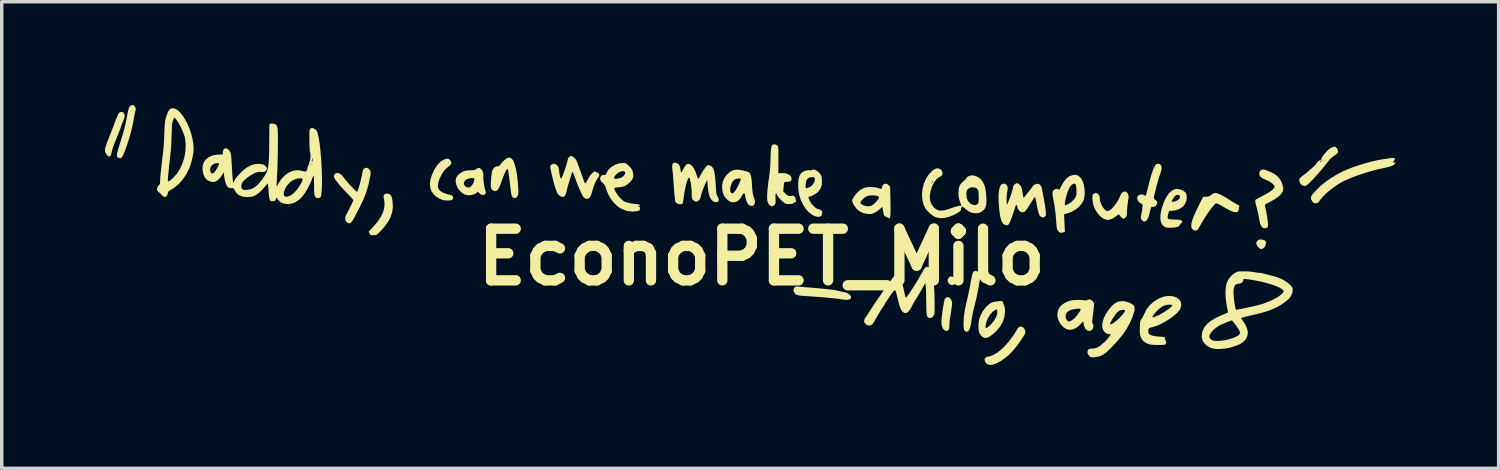
<source format=kicad_pcb>
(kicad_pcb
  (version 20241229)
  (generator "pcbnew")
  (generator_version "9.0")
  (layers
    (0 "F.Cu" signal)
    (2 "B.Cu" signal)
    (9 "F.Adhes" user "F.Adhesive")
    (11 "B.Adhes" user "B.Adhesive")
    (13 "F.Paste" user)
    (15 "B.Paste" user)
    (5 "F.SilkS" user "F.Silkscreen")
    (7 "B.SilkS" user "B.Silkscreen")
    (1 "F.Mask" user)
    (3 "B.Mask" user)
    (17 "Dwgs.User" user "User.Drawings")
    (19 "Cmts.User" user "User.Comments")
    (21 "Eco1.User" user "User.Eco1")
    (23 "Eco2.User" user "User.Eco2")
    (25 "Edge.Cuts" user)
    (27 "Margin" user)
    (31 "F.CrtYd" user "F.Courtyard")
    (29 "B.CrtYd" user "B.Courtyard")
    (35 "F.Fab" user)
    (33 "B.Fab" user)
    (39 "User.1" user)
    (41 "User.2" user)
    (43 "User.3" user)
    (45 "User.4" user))
  (footprint "EconoPET_Milo"
    (layer "F.Cu")
    (at 19.069 4.413)
    (property "Reference" "EconoPET_Milo" (at 0 0 0) (layer "F.SilkS") (effects (font (size 1.5 1.5) (thickness 0.3))))
    (attr board_only exclude_from_pos_files exclude_from_bom)
    (fp_poly (pts (xy 5.533 0.57) (xy 5.592 0.594) (xy 5.634 0.644) (xy 5.654 0.695) (xy 5.654 0.732) (xy 5.626 0.772) (xy 5.623 0.776) (xy 5.568 0.811) (xy 5.51 0.816) (xy 5.457 0.791) (xy 5.446 0.78) (xy 5.405 0.72) (xy 5.399 0.663) (xy 5.426 0.609) (xy 5.429 0.606) (xy 5.461 0.574) (xy 5.494 0.565)) (stroke (width 0) (type solid)) (fill yes) (layer "F.SilkS"))
    (fp_poly (pts (xy 14.513 -0.506) (xy 14.533 -0.503) (xy 14.599 -0.488) (xy 14.635 -0.461) (xy 14.645 -0.417) (xy 14.635 -0.352) (xy 14.616 -0.299) (xy 14.584 -0.263) (xy 14.529 -0.234) (xy 14.517 -0.228) (xy 14.497 -0.233) (xy 14.462 -0.249) (xy 14.461 -0.249) (xy 14.415 -0.288) (xy 14.379 -0.344) (xy 14.363 -0.401) (xy 14.363 -0.406) (xy 14.375 -0.439) (xy 14.404 -0.475) (xy 14.405 -0.476) (xy 14.434 -0.499) (xy 14.466 -0.508)) (stroke (width 0) (type solid)) (fill yes) (layer "F.SilkS"))
    (fp_poly (pts (xy -10.845 -1.836) (xy -10.799 -1.818) (xy -10.767 -1.792) (xy -10.745 -1.749) (xy -10.729 -1.684) (xy -10.72 -1.625) (xy -10.71 -1.463) (xy -10.728 -1.311) (xy -10.773 -1.164) (xy -10.849 -1.02) (xy -10.956 -0.874) (xy -11.064 -0.755) (xy -11.12 -0.699) (xy -11.159 -0.663) (xy -11.19 -0.643) (xy -11.219 -0.634) (xy -11.255 -0.631) (xy -11.273 -0.631) (xy -11.326 -0.633) (xy -11.356 -0.642) (xy -11.377 -0.665) (xy -11.387 -0.684) (xy -11.415 -0.737) (xy -11.288 -0.867) (xy -11.158 -1.017) (xy -11.059 -1.165) (xy -10.992 -1.309) (xy -10.957 -1.449) (xy -10.952 -1.525) (xy -10.955 -1.592) (xy -10.962 -1.653) (xy -10.97 -1.687) (xy -10.982 -1.754) (xy -10.966 -1.805) (xy -10.928 -1.835) (xy -10.87 -1.841)) (stroke (width 0) (type solid)) (fill yes) (layer "F.SilkS"))
    (fp_poly (pts (xy 5.428 1.169) (xy 5.465 1.193) (xy 5.5 1.238) (xy 5.525 1.294) (xy 5.532 1.333) (xy 5.53 1.364) (xy 5.524 1.419) (xy 5.515 1.489) (xy 5.504 1.567) (xy 5.493 1.644) (xy 5.482 1.713) (xy 5.472 1.765) (xy 5.466 1.793) (xy 5.465 1.795) (xy 5.461 1.817) (xy 5.458 1.863) (xy 5.457 1.926) (xy 5.456 1.94) (xy 5.451 2.035) (xy 5.435 2.1) (xy 5.408 2.137) (xy 5.368 2.149) (xy 5.367 2.149) (xy 5.328 2.137) (xy 5.292 2.111) (xy 5.258 2.066) (xy 5.236 2.013) (xy 5.223 1.946) (xy 5.221 1.861) (xy 5.229 1.753) (xy 5.245 1.621) (xy 5.256 1.543) (xy 5.266 1.475) (xy 5.274 1.426) (xy 5.278 1.407) (xy 5.285 1.37) (xy 5.294 1.316) (xy 5.297 1.292) (xy 5.317 1.223) (xy 5.353 1.179) (xy 5.403 1.165)) (stroke (width 0) (type solid)) (fill yes) (layer "F.SilkS"))
    (fp_poly (pts (xy -9.09 -2.846) (xy -9.081 -2.84) (xy -9.034 -2.795) (xy -9.012 -2.742) (xy -9.014 -2.706) (xy -9.033 -2.678) (xy -9.072 -2.641) (xy -9.113 -2.61) (xy -9.199 -2.533) (xy -9.277 -2.426) (xy -9.345 -2.291) (xy -9.364 -2.243) (xy -9.396 -2.136) (xy -9.403 -2.048) (xy -9.383 -1.975) (xy -9.335 -1.917) (xy -9.258 -1.87) (xy -9.148 -1.831) (xy -9.097 -1.817) (xy -9.023 -1.796) (xy -8.98 -1.776) (xy -8.964 -1.757) (xy -8.959 -1.703) (xy -8.983 -1.666) (xy -9.037 -1.645) (xy -9.109 -1.64) (xy -9.173 -1.643) (xy -9.231 -1.649) (xy -9.254 -1.654) (xy -9.356 -1.693) (xy -9.456 -1.757) (xy -9.515 -1.809) (xy -9.584 -1.901) (xy -9.624 -2.009) (xy -9.635 -2.131) (xy -9.615 -2.265) (xy -9.578 -2.378) (xy -9.505 -2.538) (xy -9.424 -2.664) (xy -9.336 -2.759) (xy -9.241 -2.822) (xy -9.198 -2.839) (xy -9.148 -2.854) (xy -9.117 -2.856)) (stroke (width 0) (type solid)) (fill yes) (layer "F.SilkS"))
    (fp_poly (pts (xy -18.226 -4.398) (xy -18.195 -4.354) (xy -18.194 -4.352) (xy -18.179 -4.317) (xy -18.177 -4.282) (xy -18.188 -4.234) (xy -18.192 -4.219) (xy -18.205 -4.166) (xy -18.22 -4.092) (xy -18.236 -4.007) (xy -18.244 -3.958) (xy -18.275 -3.798) (xy -18.318 -3.62) (xy -18.372 -3.432) (xy -18.432 -3.247) (xy -18.495 -3.074) (xy -18.532 -2.983) (xy -18.56 -2.929) (xy -18.591 -2.889) (xy -18.617 -2.869) (xy -18.625 -2.868) (xy -18.649 -2.873) (xy -18.674 -2.878) (xy -18.704 -2.892) (xy -18.72 -2.921) (xy -18.722 -2.97) (xy -18.711 -3.041) (xy -18.685 -3.138) (xy -18.662 -3.216) (xy -18.616 -3.36) (xy -18.579 -3.479) (xy -18.549 -3.577) (xy -18.524 -3.662) (xy -18.504 -3.74) (xy -18.486 -3.816) (xy -18.468 -3.898) (xy -18.449 -3.991) (xy -18.427 -4.102) (xy -18.416 -4.162) (xy -18.396 -4.255) (xy -18.378 -4.32) (xy -18.358 -4.363) (xy -18.334 -4.389) (xy -18.31 -4.402) (xy -18.261 -4.413)) (stroke (width 0) (type solid)) (fill yes) (layer "F.SilkS"))
    (fp_poly (pts (xy 6.244 0.412) (xy 6.293 0.443) (xy 6.329 0.499) (xy 6.345 0.543) (xy 6.35 0.581) (xy 6.344 0.63) (xy 6.337 0.663) (xy 6.322 0.736) (xy 6.309 0.812) (xy 6.304 0.844) (xy 6.289 0.937) (xy 6.267 1.052) (xy 6.238 1.183) (xy 6.206 1.319) (xy 6.175 1.441) (xy 6.15 1.544) (xy 6.126 1.662) (xy 6.105 1.775) (xy 6.098 1.823) (xy 6.077 1.953) (xy 6.054 2.05) (xy 6.028 2.118) (xy 5.998 2.157) (xy 5.963 2.171) (xy 5.924 2.162) (xy 5.899 2.146) (xy 5.882 2.122) (xy 5.872 2.084) (xy 5.866 2.024) (xy 5.864 1.939) (xy 5.864 1.912) (xy 5.873 1.735) (xy 5.9 1.538) (xy 5.946 1.318) (xy 5.968 1.227) (xy 5.99 1.138) (xy 6.014 1.028) (xy 6.038 0.908) (xy 6.06 0.791) (xy 6.067 0.753) (xy 6.089 0.63) (xy 6.11 0.537) (xy 6.13 0.472) (xy 6.152 0.43) (xy 6.177 0.408) (xy 6.207 0.404)) (stroke (width 0) (type solid)) (fill yes) (layer "F.SilkS"))
    (fp_poly (pts (xy 7.554 2.024) (xy 7.604 2.054) (xy 7.64 2.105) (xy 7.658 2.171) (xy 7.659 2.189) (xy 7.649 2.222) (xy 7.621 2.275) (xy 7.578 2.345) (xy 7.525 2.424) (xy 7.465 2.509) (xy 7.402 2.594) (xy 7.339 2.673) (xy 7.28 2.741) (xy 7.27 2.753) (xy 7.169 2.851) (xy 7.058 2.942) (xy 6.945 3.021) (xy 6.837 3.08) (xy 6.774 3.107) (xy 6.701 3.129) (xy 6.646 3.137) (xy 6.599 3.129) (xy 6.555 3.111) (xy 6.506 3.072) (xy 6.482 3.022) (xy 6.473 2.978) (xy 6.481 2.95) (xy 6.509 2.921) (xy 6.547 2.897) (xy 6.58 2.89) (xy 6.582 2.891) (xy 6.617 2.888) (xy 6.672 2.869) (xy 6.74 2.837) (xy 6.814 2.795) (xy 6.88 2.751) (xy 6.965 2.681) (xy 7.059 2.589) (xy 7.155 2.481) (xy 7.248 2.365) (xy 7.33 2.25) (xy 7.396 2.142) (xy 7.402 2.13) (xy 7.44 2.068) (xy 7.475 2.033) (xy 7.498 2.023)) (stroke (width 0) (type solid)) (fill yes) (layer "F.SilkS"))
    (fp_poly (pts (xy 1.072 0.859) (xy 1.114 0.864) (xy 1.183 0.87) (xy 1.272 0.878) (xy 1.375 0.887) (xy 1.485 0.895) (xy 1.493 0.896) (xy 1.662 0.91) (xy 1.813 0.924) (xy 1.944 0.938) (xy 2.05 0.951) (xy 2.126 0.962) (xy 2.141 0.965) (xy 2.198 0.977) (xy 2.269 0.993) (xy 2.343 1.01) (xy 2.408 1.025) (xy 2.448 1.035) (xy 2.513 1.062) (xy 2.562 1.1) (xy 2.591 1.143) (xy 2.597 1.185) (xy 2.578 1.218) (xy 2.537 1.236) (xy 2.472 1.243) (xy 2.39 1.24) (xy 2.311 1.228) (xy 2.259 1.22) (xy 2.179 1.21) (xy 2.076 1.199) (xy 1.957 1.187) (xy 1.827 1.175) (xy 1.692 1.164) (xy 1.559 1.153) (xy 1.432 1.145) (xy 1.399 1.143) (xy 1.275 1.135) (xy 1.18 1.128) (xy 1.11 1.12) (xy 1.059 1.112) (xy 1.023 1.101) (xy 0.997 1.087) (xy 0.977 1.069) (xy 0.964 1.054) (xy 0.928 0.994) (xy 0.926 0.937) (xy 0.957 0.886) (xy 0.957 0.885) (xy 0.986 0.863) (xy 1.022 0.855)) (stroke (width 0) (type solid)) (fill yes) (layer "F.SilkS"))
    (fp_poly (pts (xy -18.553 -4.206) (xy -18.526 -4.178) (xy -18.514 -4.155) (xy -18.503 -4.132) (xy -18.497 -4.111) (xy -18.498 -4.086) (xy -18.506 -4.053) (xy -18.522 -4.005) (xy -18.549 -3.935) (xy -18.578 -3.864) (xy -18.591 -3.825) (xy -18.608 -3.774) (xy -18.612 -3.761) (xy -18.626 -3.723) (xy -18.65 -3.659) (xy -18.682 -3.579) (xy -18.718 -3.488) (xy -18.743 -3.429) (xy -18.782 -3.333) (xy -18.817 -3.24) (xy -18.845 -3.158) (xy -18.864 -3.095) (xy -18.87 -3.071) (xy -18.885 -2.999) (xy -18.9 -2.955) (xy -18.919 -2.931) (xy -18.945 -2.921) (xy -18.948 -2.92) (xy -18.979 -2.927) (xy -19.012 -2.959) (xy -19.03 -2.984) (xy -19.059 -3.034) (xy -19.069 -3.078) (xy -19.066 -3.134) (xy -19.066 -3.138) (xy -19.055 -3.19) (xy -19.033 -3.262) (xy -19.004 -3.342) (xy -18.985 -3.389) (xy -18.955 -3.463) (xy -18.917 -3.559) (xy -18.875 -3.668) (xy -18.832 -3.78) (xy -18.804 -3.855) (xy -18.768 -3.952) (xy -18.733 -4.038) (xy -18.703 -4.11) (xy -18.68 -4.16) (xy -18.667 -4.184) (xy -18.63 -4.206) (xy -18.591 -4.213)) (stroke (width 0) (type solid)) (fill yes) (layer "F.SilkS"))
    (fp_poly (pts (xy 7.015 1.342) (xy 7.043 1.412) (xy 7.058 1.471) (xy 7.065 1.535) (xy 7.066 1.582) (xy 7.051 1.734) (xy 7.004 1.881) (xy 6.923 2.022) (xy 6.811 2.155) (xy 6.726 2.233) (xy 6.643 2.297) (xy 6.575 2.336) (xy 6.517 2.352) (xy 6.464 2.347) (xy 6.448 2.342) (xy 6.404 2.312) (xy 6.358 2.263) (xy 6.323 2.207) (xy 6.314 2.185) (xy 6.302 2.123) (xy 6.296 2.041) (xy 6.296 2.027) (xy 6.501 2.027) (xy 6.504 2.054) (xy 6.515 2.063) (xy 6.524 2.064) (xy 6.549 2.052) (xy 6.59 2.022) (xy 6.639 1.977) (xy 6.657 1.959) (xy 6.738 1.863) (xy 6.798 1.765) (xy 6.835 1.671) (xy 6.845 1.601) (xy 6.843 1.549) (xy 6.831 1.526) (xy 6.806 1.528) (xy 6.777 1.541) (xy 6.701 1.596) (xy 6.631 1.677) (xy 6.572 1.775) (xy 6.528 1.881) (xy 6.507 1.975) (xy 6.501 2.027) (xy 6.296 2.027) (xy 6.297 1.95) (xy 6.306 1.864) (xy 6.313 1.826) (xy 6.357 1.696) (xy 6.425 1.569) (xy 6.511 1.457) (xy 6.527 1.44) (xy 6.597 1.375) (xy 6.661 1.332) (xy 6.731 1.306) (xy 6.818 1.291) (xy 6.862 1.287) (xy 6.988 1.277)) (stroke (width 0) (type solid)) (fill yes) (layer "F.SilkS"))
    (fp_poly (pts (xy 13.232 -1.848) (xy 13.316 -1.816) (xy 13.418 -1.763) (xy 13.534 -1.693) (xy 13.547 -1.685) (xy 13.62 -1.638) (xy 13.693 -1.593) (xy 13.755 -1.556) (xy 13.775 -1.545) (xy 13.841 -1.506) (xy 13.877 -1.481) (xy 13.882 -1.469) (xy 13.874 -1.467) (xy 13.862 -1.452) (xy 13.858 -1.417) (xy 13.858 -1.415) (xy 13.853 -1.351) (xy 13.825 -1.313) (xy 13.775 -1.299) (xy 13.702 -1.311) (xy 13.607 -1.348) (xy 13.489 -1.41) (xy 13.45 -1.433) (xy 13.382 -1.473) (xy 13.317 -1.51) (xy 13.266 -1.536) (xy 13.25 -1.543) (xy 13.212 -1.557) (xy 13.187 -1.555) (xy 13.16 -1.533) (xy 13.141 -1.513) (xy 13.038 -1.389) (xy 12.928 -1.233) (xy 12.812 -1.047) (xy 12.752 -0.942) (xy 12.709 -0.868) (xy 12.678 -0.818) (xy 12.655 -0.788) (xy 12.634 -0.773) (xy 12.613 -0.768) (xy 12.596 -0.768) (xy 12.543 -0.779) (xy 12.503 -0.815) (xy 12.482 -0.856) (xy 12.475 -0.91) (xy 12.482 -0.98) (xy 12.506 -1.067) (xy 12.545 -1.175) (xy 12.602 -1.305) (xy 12.676 -1.461) (xy 12.709 -1.527) (xy 12.821 -1.748) (xy 12.909 -1.75) (xy 12.97 -1.756) (xy 13.016 -1.773) (xy 13.058 -1.806) (xy 13.118 -1.846) (xy 13.169 -1.859)) (stroke (width 0) (type solid)) (fill yes) (layer "F.SilkS"))
    (fp_poly (pts (xy 18.371 -2.875) (xy 18.388 -2.848) (xy 18.378 -2.81) (xy 18.355 -2.781) (xy 18.332 -2.756) (xy 18.336 -2.747) (xy 18.363 -2.746) (xy 18.398 -2.74) (xy 18.402 -2.721) (xy 18.373 -2.689) (xy 18.362 -2.68) (xy 18.331 -2.66) (xy 18.288 -2.641) (xy 18.228 -2.622) (xy 18.146 -2.601) (xy 18.038 -2.576) (xy 17.963 -2.56) (xy 17.802 -2.522) (xy 17.629 -2.474) (xy 17.451 -2.418) (xy 17.276 -2.358) (xy 17.112 -2.295) (xy 16.965 -2.233) (xy 16.844 -2.174) (xy 16.837 -2.17) (xy 16.723 -2.101) (xy 16.606 -2.019) (xy 16.491 -1.929) (xy 16.384 -1.835) (xy 16.291 -1.742) (xy 16.217 -1.656) (xy 16.175 -1.594) (xy 16.146 -1.572) (xy 16.1 -1.56) (xy 16.053 -1.562) (xy 16.031 -1.57) (xy 15.995 -1.606) (xy 15.966 -1.66) (xy 15.951 -1.715) (xy 15.95 -1.726) (xy 15.961 -1.762) (xy 15.989 -1.807) (xy 16.005 -1.827) (xy 16.048 -1.873) (xy 16.1 -1.931) (xy 16.137 -1.972) (xy 16.244 -2.076) (xy 16.377 -2.183) (xy 16.529 -2.289) (xy 16.694 -2.389) (xy 16.863 -2.479) (xy 17.016 -2.547) (xy 17.179 -2.61) (xy 17.358 -2.67) (xy 17.543 -2.725) (xy 17.725 -2.774) (xy 17.896 -2.812) (xy 18.046 -2.839) (xy 18.056 -2.84) (xy 18.11 -2.848) (xy 18.181 -2.859) (xy 18.239 -2.868) (xy 18.299 -2.875) (xy 18.347 -2.878)) (stroke (width 0) (type solid)) (fill yes) (layer "F.SilkS"))
    (fp_poly (pts (xy -7.277 -2.868) (xy -7.232 -2.826) (xy -7.209 -2.79) (xy -7.169 -2.682) (xy -7.134 -2.544) (xy -7.105 -2.38) (xy -7.083 -2.193) (xy -7.07 -2.013) (xy -7.066 -1.927) (xy -7.065 -1.867) (xy -7.069 -1.825) (xy -7.077 -1.795) (xy -7.09 -1.769) (xy -7.095 -1.761) (xy -7.134 -1.718) (xy -7.178 -1.708) (xy -7.227 -1.732) (xy -7.231 -1.736) (xy -7.244 -1.749) (xy -7.255 -1.769) (xy -7.264 -1.801) (xy -7.274 -1.849) (xy -7.284 -1.917) (xy -7.296 -2.01) (xy -7.31 -2.124) (xy -7.326 -2.259) (xy -7.339 -2.364) (xy -7.35 -2.442) (xy -7.359 -2.497) (xy -7.367 -2.532) (xy -7.375 -2.552) (xy -7.383 -2.559) (xy -7.385 -2.559) (xy -7.405 -2.542) (xy -7.434 -2.494) (xy -7.47 -2.414) (xy -7.514 -2.303) (xy -7.565 -2.163) (xy -7.575 -2.133) (xy -7.614 -2.035) (xy -7.652 -1.967) (xy -7.691 -1.927) (xy -7.735 -1.911) (xy -7.745 -1.911) (xy -7.794 -1.926) (xy -7.838 -1.964) (xy -7.864 -2.016) (xy -7.866 -2.03) (xy -7.868 -2.072) (xy -7.865 -2.139) (xy -7.86 -2.22) (xy -7.853 -2.306) (xy -7.845 -2.387) (xy -7.836 -2.453) (xy -7.829 -2.492) (xy -7.799 -2.557) (xy -7.753 -2.606) (xy -7.697 -2.63) (xy -7.678 -2.631) (xy -7.641 -2.636) (xy -7.61 -2.66) (xy -7.581 -2.697) (xy -7.515 -2.774) (xy -7.433 -2.843) (xy -7.373 -2.881) (xy -7.327 -2.888)) (stroke (width 0) (type solid)) (fill yes) (layer "F.SilkS"))
    (fp_poly (pts (xy -8.158 -2.562) (xy -8.135 -2.54) (xy -8.099 -2.484) (xy -8.082 -2.411) (xy -8.082 -2.314) (xy -8.082 -2.303) (xy -8.082 -2.26) (xy -8.075 -2.197) (xy -8.066 -2.124) (xy -8.054 -2.051) (xy -8.041 -1.99) (xy -8.03 -1.95) (xy -8.028 -1.947) (xy -8.011 -1.885) (xy -8.02 -1.838) (xy -8.051 -1.807) (xy -8.095 -1.798) (xy -8.148 -1.814) (xy -8.19 -1.844) (xy -8.242 -1.893) (xy -8.302 -1.847) (xy -8.368 -1.814) (xy -8.451 -1.796) (xy -8.538 -1.794) (xy -8.614 -1.81) (xy -8.624 -1.814) (xy -8.709 -1.867) (xy -8.781 -1.939) (xy -8.836 -2.023) (xy -8.873 -2.114) (xy -8.876 -2.136) (xy -8.648 -2.136) (xy -8.633 -2.082) (xy -8.605 -2.049) (xy -8.545 -2.018) (xy -8.489 -2.02) (xy -8.435 -2.056) (xy -8.426 -2.065) (xy -8.386 -2.122) (xy -8.356 -2.191) (xy -8.342 -2.255) (xy -8.342 -2.263) (xy -8.356 -2.283) (xy -8.394 -2.292) (xy -8.446 -2.291) (xy -8.504 -2.28) (xy -8.56 -2.259) (xy -8.596 -2.238) (xy -8.635 -2.192) (xy -8.648 -2.136) (xy -8.876 -2.136) (xy -8.887 -2.204) (xy -8.876 -2.286) (xy -8.863 -2.317) (xy -8.814 -2.384) (xy -8.738 -2.444) (xy -8.683 -2.475) (xy -8.631 -2.498) (xy -8.575 -2.511) (xy -8.502 -2.516) (xy -8.467 -2.517) (xy -8.393 -2.52) (xy -8.342 -2.526) (xy -8.307 -2.539) (xy -8.282 -2.556) (xy -8.235 -2.585) (xy -8.197 -2.588)) (stroke (width 0) (type solid)) (fill yes) (layer "F.SilkS"))
    (fp_poly (pts (xy 11.568 -2.696) (xy 11.602 -2.655) (xy 11.617 -2.592) (xy 11.617 -2.582) (xy 11.611 -2.54) (xy 11.595 -2.478) (xy 11.572 -2.409) (xy 11.567 -2.394) (xy 11.548 -2.337) (xy 11.524 -2.26) (xy 11.498 -2.168) (xy 11.471 -2.068) (xy 11.445 -1.968) (xy 11.422 -1.876) (xy 11.404 -1.797) (xy 11.392 -1.739) (xy 11.389 -1.716) (xy 11.402 -1.683) (xy 11.436 -1.656) (xy 11.479 -1.619) (xy 11.49 -1.573) (xy 11.471 -1.517) (xy 11.441 -1.483) (xy 11.399 -1.459) (xy 11.359 -1.453) (xy 11.345 -1.458) (xy 11.326 -1.457) (xy 11.307 -1.429) (xy 11.288 -1.371) (xy 11.269 -1.29) (xy 11.238 -1.173) (xy 11.2 -1.09) (xy 11.155 -1.04) (xy 11.103 -1.024) (xy 11.103 -1.024) (xy 11.081 -1.035) (xy 11.05 -1.063) (xy 11.043 -1.07) (xy 11.013 -1.114) (xy 11.009 -1.155) (xy 11.01 -1.16) (xy 11.028 -1.241) (xy 11.042 -1.323) (xy 11.053 -1.4) (xy 11.06 -1.466) (xy 11.062 -1.511) (xy 11.057 -1.531) (xy 11.057 -1.531) (xy 10.994 -1.564) (xy 10.945 -1.611) (xy 10.914 -1.665) (xy 10.904 -1.719) (xy 10.919 -1.766) (xy 10.925 -1.773) (xy 10.976 -1.808) (xy 11.037 -1.819) (xy 11.093 -1.803) (xy 11.097 -1.801) (xy 11.129 -1.782) (xy 11.146 -1.774) (xy 11.156 -1.79) (xy 11.171 -1.832) (xy 11.188 -1.895) (xy 11.207 -1.972) (xy 11.209 -1.979) (xy 11.252 -2.156) (xy 11.295 -2.312) (xy 11.336 -2.445) (xy 11.376 -2.553) (xy 11.413 -2.632) (xy 11.446 -2.682) (xy 11.463 -2.695) (xy 11.52 -2.711)) (stroke (width 0) (type solid)) (fill yes) (layer "F.SilkS"))
    (fp_poly (pts (xy 10.564 -1.899) (xy 10.606 -1.878) (xy 10.637 -1.831) (xy 10.638 -1.827) (xy 10.65 -1.795) (xy 10.656 -1.763) (xy 10.655 -1.723) (xy 10.647 -1.665) (xy 10.637 -1.603) (xy 10.625 -1.514) (xy 10.615 -1.42) (xy 10.61 -1.337) (xy 10.61 -1.317) (xy 10.609 -1.25) (xy 10.603 -1.206) (xy 10.59 -1.176) (xy 10.568 -1.151) (xy 10.535 -1.122) (xy 10.509 -1.109) (xy 10.507 -1.109) (xy 10.483 -1.121) (xy 10.448 -1.15) (xy 10.414 -1.186) (xy 10.39 -1.219) (xy 10.386 -1.227) (xy 10.374 -1.235) (xy 10.345 -1.222) (xy 10.297 -1.187) (xy 10.289 -1.181) (xy 10.206 -1.125) (xy 10.124 -1.089) (xy 10.053 -1.075) (xy 10.047 -1.076) (xy 10.016 -1.081) (xy 9.968 -1.095) (xy 9.954 -1.1) (xy 9.888 -1.137) (xy 9.818 -1.198) (xy 9.751 -1.278) (xy 9.692 -1.369) (xy 9.669 -1.414) (xy 9.637 -1.495) (xy 9.618 -1.573) (xy 9.608 -1.665) (xy 9.605 -1.734) (xy 9.606 -1.778) (xy 9.612 -1.804) (xy 9.627 -1.821) (xy 9.64 -1.831) (xy 9.697 -1.858) (xy 9.746 -1.851) (xy 9.788 -1.81) (xy 9.792 -1.804) (xy 9.813 -1.759) (xy 9.819 -1.719) (xy 9.818 -1.714) (xy 9.818 -1.681) (xy 9.829 -1.628) (xy 9.845 -1.572) (xy 9.877 -1.498) (xy 9.919 -1.43) (xy 9.966 -1.375) (xy 10.012 -1.34) (xy 10.043 -1.331) (xy 10.09 -1.345) (xy 10.146 -1.385) (xy 10.207 -1.444) (xy 10.268 -1.518) (xy 10.325 -1.6) (xy 10.373 -1.685) (xy 10.404 -1.757) (xy 10.442 -1.838) (xy 10.488 -1.886) (xy 10.542 -1.902)) (stroke (width 0) (type solid)) (fill yes) (layer "F.SilkS"))
    (fp_poly (pts (xy -11.459 -2.588) (xy -11.41 -2.561) (xy -11.37 -2.509) (xy -11.359 -2.482) (xy -11.354 -2.451) (xy -11.357 -2.408) (xy -11.367 -2.345) (xy -11.372 -2.318) (xy -11.423 -2.084) (xy -11.487 -1.869) (xy -11.569 -1.66) (xy -11.673 -1.446) (xy -11.697 -1.4) (xy -11.74 -1.318) (xy -11.784 -1.236) (xy -11.82 -1.164) (xy -11.841 -1.123) (xy -11.873 -1.067) (xy -11.906 -1.021) (xy -11.927 -0.999) (xy -11.958 -0.979) (xy -11.981 -0.976) (xy -12.015 -0.987) (xy -12.021 -0.99) (xy -12.064 -1.024) (xy -12.09 -1.078) (xy -12.094 -1.14) (xy -12.08 -1.19) (xy -12.068 -1.216) (xy -12.043 -1.265) (xy -12.009 -1.332) (xy -11.97 -1.409) (xy -11.961 -1.428) (xy -11.922 -1.505) (xy -11.89 -1.571) (xy -11.867 -1.621) (xy -11.856 -1.648) (xy -11.856 -1.651) (xy -11.867 -1.667) (xy -11.898 -1.703) (xy -11.946 -1.754) (xy -12.005 -1.816) (xy -12.04 -1.852) (xy -12.185 -2.005) (xy -12.303 -2.143) (xy -12.395 -2.268) (xy -12.404 -2.281) (xy -12.424 -2.335) (xy -12.417 -2.386) (xy -12.385 -2.423) (xy -12.332 -2.439) (xy -12.326 -2.439) (xy -12.282 -2.434) (xy -12.241 -2.415) (xy -12.197 -2.377) (xy -12.145 -2.317) (xy -12.11 -2.272) (xy -12.068 -2.219) (xy -12.015 -2.158) (xy -11.957 -2.093) (xy -11.898 -2.03) (xy -11.843 -1.973) (xy -11.797 -1.928) (xy -11.765 -1.9) (xy -11.752 -1.893) (xy -11.74 -1.909) (xy -11.722 -1.952) (xy -11.7 -2.016) (xy -11.676 -2.095) (xy -11.653 -2.182) (xy -11.631 -2.272) (xy -11.612 -2.358) (xy -11.601 -2.42) (xy -11.588 -2.483) (xy -11.57 -2.535) (xy -11.555 -2.561) (xy -11.51 -2.589)) (stroke (width 0) (type solid)) (fill yes) (layer "F.SilkS"))
    (fp_poly (pts (xy 14.608 -2.533) (xy 14.676 -2.511) (xy 14.754 -2.48) (xy 14.831 -2.443) (xy 14.899 -2.405) (xy 14.94 -2.376) (xy 14.991 -2.329) (xy 15.038 -2.277) (xy 15.055 -2.254) (xy 15.091 -2.186) (xy 15.122 -2.105) (xy 15.142 -2.025) (xy 15.148 -1.974) (xy 15.132 -1.899) (xy 15.084 -1.825) (xy 15.004 -1.749) (xy 14.89 -1.671) (xy 14.788 -1.614) (xy 14.721 -1.579) (xy 14.665 -1.549) (xy 14.628 -1.528) (xy 14.616 -1.521) (xy 14.614 -1.5) (xy 14.621 -1.456) (xy 14.635 -1.397) (xy 14.637 -1.39) (xy 14.653 -1.32) (xy 14.67 -1.23) (xy 14.685 -1.135) (xy 14.692 -1.086) (xy 14.702 -0.989) (xy 14.704 -0.92) (xy 14.696 -0.875) (xy 14.676 -0.849) (xy 14.643 -0.838) (xy 14.609 -0.836) (xy 14.564 -0.842) (xy 14.533 -0.867) (xy 14.516 -0.891) (xy 14.499 -0.92) (xy 14.486 -0.946) (xy 14.475 -0.977) (xy 14.465 -1.02) (xy 14.452 -1.081) (xy 14.436 -1.167) (xy 14.433 -1.186) (xy 14.416 -1.271) (xy 14.397 -1.355) (xy 14.38 -1.426) (xy 14.373 -1.45) (xy 14.349 -1.536) (xy 14.336 -1.596) (xy 14.334 -1.635) (xy 14.341 -1.658) (xy 14.349 -1.666) (xy 14.372 -1.68) (xy 14.419 -1.706) (xy 14.484 -1.741) (xy 14.56 -1.781) (xy 14.582 -1.792) (xy 14.707 -1.861) (xy 14.801 -1.923) (xy 14.863 -1.977) (xy 14.894 -2.024) (xy 14.893 -2.062) (xy 14.893 -2.062) (xy 14.849 -2.117) (xy 14.778 -2.172) (xy 14.689 -2.221) (xy 14.638 -2.242) (xy 14.546 -2.285) (xy 14.485 -2.332) (xy 14.454 -2.385) (xy 14.448 -2.425) (xy 14.463 -2.479) (xy 14.5 -2.521) (xy 14.55 -2.541) (xy 14.559 -2.542)) (stroke (width 0) (type solid)) (fill yes) (layer "F.SilkS"))
    (fp_poly (pts (xy 1.548 -2.531) (xy 1.604 -2.503) (xy 1.658 -2.458) (xy 1.669 -2.447) (xy 1.702 -2.409) (xy 1.723 -2.38) (xy 1.735 -2.35) (xy 1.743 -2.309) (xy 1.749 -2.247) (xy 1.751 -2.22) (xy 1.748 -2.103) (xy 1.716 -2.001) (xy 1.654 -1.91) (xy 1.649 -1.905) (xy 1.602 -1.862) (xy 1.542 -1.821) (xy 1.48 -1.785) (xy 1.425 -1.762) (xy 1.397 -1.757) (xy 1.368 -1.751) (xy 1.358 -1.729) (xy 1.368 -1.689) (xy 1.399 -1.626) (xy 1.407 -1.611) (xy 1.449 -1.547) (xy 1.499 -1.488) (xy 1.551 -1.439) (xy 1.597 -1.407) (xy 1.625 -1.399) (xy 1.65 -1.392) (xy 1.69 -1.375) (xy 1.699 -1.371) (xy 1.738 -1.348) (xy 1.754 -1.32) (xy 1.757 -1.278) (xy 1.745 -1.216) (xy 1.708 -1.177) (xy 1.651 -1.163) (xy 1.573 -1.175) (xy 1.567 -1.176) (xy 1.467 -1.223) (xy 1.37 -1.298) (xy 1.28 -1.398) (xy 1.203 -1.517) (xy 1.187 -1.547) (xy 1.126 -1.686) (xy 1.087 -1.818) (xy 1.066 -1.959) (xy 1.061 -2.032) (xy 1.062 -2.089) (xy 1.279 -2.089) (xy 1.279 -1.992) (xy 1.326 -2.004) (xy 1.373 -2.021) (xy 1.425 -2.047) (xy 1.431 -2.051) (xy 1.477 -2.093) (xy 1.516 -2.152) (xy 1.541 -2.215) (xy 1.546 -2.271) (xy 1.545 -2.279) (xy 1.533 -2.306) (xy 1.508 -2.318) (xy 1.466 -2.32) (xy 1.387 -2.309) (xy 1.332 -2.274) (xy 1.296 -2.215) (xy 1.281 -2.128) (xy 1.279 -2.089) (xy 1.062 -2.089) (xy 1.062 -2.174) (xy 1.077 -2.288) (xy 1.107 -2.376) (xy 1.155 -2.441) (xy 1.221 -2.486) (xy 1.283 -2.509) (xy 1.339 -2.519) (xy 1.39 -2.52) (xy 1.399 -2.519) (xy 1.439 -2.518) (xy 1.462 -2.527) (xy 1.498 -2.54)) (stroke (width 0) (type solid)) (fill yes) (layer "F.SilkS"))
    (fp_poly (pts (xy 12.129 -1.969) (xy 12.202 -1.942) (xy 12.27 -1.906) (xy 12.303 -1.881) (xy 12.328 -1.84) (xy 12.343 -1.778) (xy 12.345 -1.705) (xy 12.334 -1.633) (xy 12.334 -1.63) (xy 12.289 -1.53) (xy 12.218 -1.45) (xy 12.122 -1.39) (xy 12.007 -1.353) (xy 11.89 -1.34) (xy 11.856 -1.338) (xy 11.835 -1.327) (xy 11.821 -1.299) (xy 11.806 -1.246) (xy 11.806 -1.244) (xy 11.791 -1.177) (xy 11.79 -1.134) (xy 11.806 -1.108) (xy 11.846 -1.095) (xy 11.912 -1.091) (xy 11.953 -1.09) (xy 12.02 -1.087) (xy 12.084 -1.083) (xy 12.139 -1.077) (xy 12.179 -1.07) (xy 12.197 -1.064) (xy 12.188 -1.058) (xy 12.187 -1.051) (xy 12.203 -1.043) (xy 12.22 -1.033) (xy 12.219 -1.018) (xy 12.195 -0.991) (xy 12.182 -0.977) (xy 12.149 -0.941) (xy 12.13 -0.913) (xy 12.129 -0.907) (xy 12.113 -0.888) (xy 12.071 -0.871) (xy 12.01 -0.859) (xy 11.939 -0.851) (xy 11.865 -0.848) (xy 11.796 -0.85) (xy 11.74 -0.859) (xy 11.715 -0.868) (xy 11.646 -0.922) (xy 11.601 -0.999) (xy 11.579 -1.1) (xy 11.582 -1.224) (xy 11.608 -1.37) (xy 11.633 -1.458) (xy 11.69 -1.616) (xy 11.691 -1.619) (xy 11.907 -1.619) (xy 11.921 -1.606) (xy 11.957 -1.605) (xy 12.005 -1.615) (xy 12.056 -1.636) (xy 12.057 -1.636) (xy 12.118 -1.677) (xy 12.147 -1.721) (xy 12.144 -1.77) (xy 12.143 -1.771) (xy 12.126 -1.799) (xy 12.094 -1.806) (xy 12.073 -1.805) (xy 12.036 -1.796) (xy 12.004 -1.771) (xy 11.967 -1.724) (xy 11.962 -1.717) (xy 11.932 -1.67) (xy 11.912 -1.633) (xy 11.907 -1.619) (xy 11.691 -1.619) (xy 11.757 -1.748) (xy 11.831 -1.852) (xy 11.911 -1.925) (xy 11.997 -1.968) (xy 12.068 -1.979)) (stroke (width 0) (type solid)) (fill yes) (layer "F.SilkS"))
    (fp_poly (pts (xy 9.195 -2.362) (xy 9.262 -2.303) (xy 9.286 -2.271) (xy 9.329 -2.184) (xy 9.36 -2.075) (xy 9.378 -1.954) (xy 9.381 -1.833) (xy 9.369 -1.72) (xy 9.354 -1.662) (xy 9.303 -1.559) (xy 9.223 -1.464) (xy 9.12 -1.379) (xy 9 -1.311) (xy 8.881 -1.267) (xy 8.782 -1.239) (xy 8.794 -0.986) (xy 8.806 -0.734) (xy 8.76 -0.717) (xy 8.705 -0.701) (xy 8.665 -0.708) (xy 8.625 -0.738) (xy 8.623 -0.741) (xy 8.604 -0.761) (xy 8.59 -0.782) (xy 8.579 -0.81) (xy 8.57 -0.849) (xy 8.563 -0.906) (xy 8.556 -0.985) (xy 8.549 -1.091) (xy 8.547 -1.117) (xy 8.537 -1.232) (xy 8.523 -1.357) (xy 8.506 -1.478) (xy 8.495 -1.54) (xy 8.803 -1.54) (xy 8.806 -1.509) (xy 8.817 -1.501) (xy 8.84 -1.508) (xy 8.88 -1.525) (xy 8.889 -1.53) (xy 9 -1.599) (xy 9.082 -1.685) (xy 9.103 -1.717) (xy 9.124 -1.757) (xy 9.137 -1.793) (xy 9.142 -1.836) (xy 9.142 -1.898) (xy 9.141 -1.944) (xy 9.135 -2.031) (xy 9.125 -2.089) (xy 9.108 -2.12) (xy 9.083 -2.13) (xy 9.046 -2.123) (xy 8.99 -2.085) (xy 8.939 -2.014) (xy 8.891 -1.909) (xy 8.849 -1.771) (xy 8.828 -1.683) (xy 8.81 -1.597) (xy 8.803 -1.54) (xy 8.495 -1.54) (xy 8.488 -1.581) (xy 8.487 -1.586) (xy 8.466 -1.696) (xy 8.452 -1.779) (xy 8.447 -1.839) (xy 8.449 -1.881) (xy 8.458 -1.912) (xy 8.475 -1.937) (xy 8.479 -1.941) (xy 8.521 -1.969) (xy 8.572 -1.978) (xy 8.616 -1.968) (xy 8.627 -1.96) (xy 8.642 -1.958) (xy 8.662 -1.981) (xy 8.69 -2.034) (xy 8.693 -2.041) (xy 8.76 -2.165) (xy 8.83 -2.258) (xy 8.905 -2.324) (xy 8.936 -2.342) (xy 9.032 -2.381) (xy 9.118 -2.388)) (stroke (width 0) (type solid)) (fill yes) (layer "F.SilkS"))
    (fp_poly (pts (xy -0.694 -2.537) (xy -0.646 -2.531) (xy -0.598 -2.523) (xy -0.541 -2.511) (xy -0.466 -2.491) (xy -0.41 -2.476) (xy -0.369 -2.458) (xy -0.338 -2.425) (xy -0.315 -2.374) (xy -0.299 -2.301) (xy -0.288 -2.2) (xy -0.284 -2.13) (xy -0.276 -1.998) (xy -0.265 -1.895) (xy -0.251 -1.812) (xy -0.232 -1.745) (xy -0.211 -1.691) (xy -0.194 -1.625) (xy -0.199 -1.558) (xy -0.224 -1.507) (xy -0.258 -1.489) (xy -0.307 -1.486) (xy -0.356 -1.499) (xy -0.363 -1.503) (xy -0.397 -1.537) (xy -0.43 -1.595) (xy -0.456 -1.665) (xy -0.472 -1.738) (xy -0.472 -1.739) (xy -0.483 -1.807) (xy -0.496 -1.843) (xy -0.514 -1.85) (xy -0.539 -1.831) (xy -0.544 -1.824) (xy -0.569 -1.791) (xy -0.579 -1.767) (xy -0.579 -1.767) (xy -0.592 -1.737) (xy -0.623 -1.696) (xy -0.662 -1.654) (xy -0.702 -1.621) (xy -0.716 -1.612) (xy -0.795 -1.588) (xy -0.877 -1.593) (xy -0.949 -1.625) (xy -0.952 -1.627) (xy -1.033 -1.697) (xy -1.089 -1.773) (xy -1.125 -1.864) (xy -1.141 -1.934) (xy -1.144 -1.973) (xy -0.915 -1.973) (xy -0.911 -1.905) (xy -0.906 -1.889) (xy -0.88 -1.851) (xy -0.847 -1.845) (xy -0.807 -1.871) (xy -0.767 -1.92) (xy -0.734 -1.973) (xy -0.698 -2.038) (xy -0.664 -2.107) (xy -0.635 -2.172) (xy -0.634 -2.175) (xy -0.512 -2.175) (xy -0.503 -2.166) (xy -0.495 -2.175) (xy -0.503 -2.183) (xy -0.512 -2.175) (xy -0.634 -2.175) (xy -0.615 -2.226) (xy -0.606 -2.262) (xy -0.607 -2.271) (xy -0.63 -2.28) (xy -0.673 -2.279) (xy -0.725 -2.271) (xy -0.772 -2.256) (xy -0.793 -2.245) (xy -0.837 -2.2) (xy -0.874 -2.132) (xy -0.901 -2.052) (xy -0.915 -1.973) (xy -1.144 -1.973) (xy -1.15 -2.07) (xy -1.126 -2.197) (xy -1.07 -2.314) (xy -1.008 -2.393) (xy -0.915 -2.475) (xy -0.818 -2.523) (xy -0.717 -2.538)) (stroke (width 0) (type solid)) (fill yes) (layer "F.SilkS"))
    (fp_poly (pts (xy 3.645 -2.118) (xy 3.688 -2.085) (xy 3.732 -2.038) (xy 3.74 -1.621) (xy 3.743 -1.472) (xy 3.743 -1.353) (xy 3.741 -1.263) (xy 3.737 -1.199) (xy 3.729 -1.156) (xy 3.719 -1.133) (xy 3.706 -1.126) (xy 3.684 -1.133) (xy 3.644 -1.151) (xy 3.622 -1.161) (xy 3.608 -1.169) (xy 3.651 -1.169) (xy 3.659 -1.16) (xy 3.668 -1.169) (xy 3.659 -1.177) (xy 3.651 -1.169) (xy 3.608 -1.169) (xy 3.586 -1.18) (xy 3.564 -1.2) (xy 3.549 -1.228) (xy 3.538 -1.276) (xy 3.528 -1.326) (xy 3.506 -1.456) (xy 3.437 -1.393) (xy 3.38 -1.348) (xy 3.312 -1.303) (xy 3.279 -1.285) (xy 3.221 -1.259) (xy 3.171 -1.248) (xy 3.114 -1.248) (xy 3.083 -1.25) (xy 2.976 -1.268) (xy 2.888 -1.301) (xy 2.806 -1.355) (xy 2.786 -1.372) (xy 2.741 -1.42) (xy 2.696 -1.481) (xy 2.658 -1.546) (xy 2.642 -1.586) (xy 2.87 -1.586) (xy 2.877 -1.55) (xy 2.914 -1.52) (xy 2.981 -1.491) (xy 3.066 -1.471) (xy 3.14 -1.475) (xy 3.207 -1.501) (xy 3.252 -1.532) (xy 3.3 -1.576) (xy 3.346 -1.627) (xy 3.384 -1.677) (xy 3.405 -1.719) (xy 3.408 -1.737) (xy 3.387 -1.764) (xy 3.335 -1.781) (xy 3.251 -1.789) (xy 3.23 -1.789) (xy 3.14 -1.787) (xy 3.072 -1.773) (xy 3.014 -1.744) (xy 2.954 -1.695) (xy 2.948 -1.689) (xy 2.894 -1.631) (xy 2.87 -1.586) (xy 2.642 -1.586) (xy 2.634 -1.605) (xy 2.627 -1.639) (xy 2.638 -1.676) (xy 2.668 -1.729) (xy 2.711 -1.79) (xy 2.76 -1.851) (xy 2.81 -1.903) (xy 2.845 -1.933) (xy 2.903 -1.97) (xy 2.962 -2.001) (xy 2.99 -2.012) (xy 3.056 -2.025) (xy 3.14 -2.031) (xy 3.229 -2.029) (xy 3.31 -2.02) (xy 3.37 -2.005) (xy 3.371 -2.005) (xy 3.436 -1.982) (xy 3.477 -1.981) (xy 3.495 -2.002) (xy 3.497 -2.018) (xy 3.51 -2.077) (xy 3.544 -2.115) (xy 3.592 -2.13)) (stroke (width 0) (type solid)) (fill yes) (layer "F.SilkS"))
    (fp_poly (pts (xy 9.565 1.241) (xy 9.611 1.281) (xy 9.629 1.302) (xy 9.641 1.322) (xy 9.649 1.346) (xy 9.651 1.379) (xy 9.649 1.426) (xy 9.643 1.493) (xy 9.632 1.584) (xy 9.622 1.663) (xy 9.61 1.761) (xy 9.603 1.832) (xy 9.6 1.879) (xy 9.601 1.909) (xy 9.607 1.927) (xy 9.617 1.937) (xy 9.617 1.937) (xy 9.633 1.968) (xy 9.634 2.015) (xy 9.622 2.068) (xy 9.597 2.113) (xy 9.593 2.117) (xy 9.548 2.144) (xy 9.492 2.145) (xy 9.435 2.12) (xy 9.43 2.116) (xy 9.395 2.073) (xy 9.367 2.011) (xy 9.35 1.942) (xy 9.348 1.913) (xy 9.343 1.883) (xy 9.328 1.881) (xy 9.299 1.908) (xy 9.275 1.936) (xy 9.233 1.98) (xy 9.177 2.027) (xy 9.138 2.056) (xy 9.043 2.103) (xy 8.948 2.116) (xy 8.857 2.097) (xy 8.77 2.046) (xy 8.692 1.963) (xy 8.666 1.927) (xy 8.61 1.816) (xy 8.595 1.741) (xy 8.826 1.741) (xy 8.827 1.752) (xy 8.846 1.805) (xy 8.877 1.849) (xy 8.913 1.874) (xy 8.926 1.876) (xy 8.954 1.868) (xy 8.994 1.847) (xy 8.998 1.844) (xy 9.046 1.81) (xy 9.088 1.776) (xy 9.129 1.731) (xy 9.173 1.676) (xy 9.214 1.619) (xy 9.245 1.569) (xy 9.262 1.534) (xy 9.263 1.527) (xy 9.259 1.511) (xy 9.245 1.503) (xy 9.212 1.501) (xy 9.154 1.504) (xy 9.137 1.506) (xy 9.022 1.524) (xy 8.931 1.558) (xy 8.867 1.607) (xy 8.831 1.668) (xy 8.826 1.741) (xy 8.595 1.741) (xy 8.587 1.706) (xy 8.596 1.593) (xy 8.606 1.559) (xy 8.644 1.473) (xy 8.705 1.401) (xy 8.794 1.339) (xy 8.852 1.308) (xy 8.91 1.283) (xy 8.962 1.267) (xy 9.021 1.257) (xy 9.099 1.251) (xy 9.136 1.249) (xy 9.215 1.247) (xy 9.287 1.249) (xy 9.34 1.253) (xy 9.359 1.257) (xy 9.416 1.263) (xy 9.45 1.251) (xy 9.513 1.23)) (stroke (width 0) (type solid)) (fill yes) (layer "F.SilkS"))
    (fp_poly (pts (xy 16.679 -3.192) (xy 16.683 -3.18) (xy 16.691 -3.162) (xy 16.698 -3.163) (xy 16.712 -3.156) (xy 16.723 -3.126) (xy 16.734 -3.08) (xy 16.743 -3.051) (xy 16.741 -3.031) (xy 16.717 -3.005) (xy 16.669 -2.968) (xy 16.64 -2.95) (xy 16.578 -2.905) (xy 16.522 -2.857) (xy 16.483 -2.816) (xy 16.481 -2.813) (xy 16.412 -2.722) (xy 16.326 -2.616) (xy 16.231 -2.502) (xy 16.133 -2.389) (xy 16.039 -2.286) (xy 15.986 -2.23) (xy 15.918 -2.161) (xy 15.867 -2.114) (xy 15.83 -2.085) (xy 15.801 -2.069) (xy 15.775 -2.064) (xy 15.771 -2.064) (xy 15.721 -2.072) (xy 15.683 -2.089) (xy 15.643 -2.134) (xy 15.617 -2.195) (xy 15.611 -2.254) (xy 15.611 -2.254) (xy 15.632 -2.292) (xy 15.682 -2.337) (xy 15.706 -2.354) (xy 15.752 -2.388) (xy 15.81 -2.434) (xy 15.875 -2.488) (xy 15.94 -2.544) (xy 16.001 -2.599) (xy 16.052 -2.646) (xy 16.087 -2.682) (xy 16.102 -2.702) (xy 16.102 -2.703) (xy 16.116 -2.731) (xy 16.149 -2.766) (xy 16.155 -2.771) (xy 16.223 -2.771) (xy 16.231 -2.753) (xy 16.24 -2.755) (xy 16.256 -2.777) (xy 16.257 -2.782) (xy 16.244 -2.797) (xy 16.24 -2.798) (xy 16.225 -2.784) (xy 16.223 -2.771) (xy 16.155 -2.771) (xy 16.187 -2.797) (xy 16.19 -2.799) (xy 16.278 -2.799) (xy 16.28 -2.798) (xy 16.325 -2.798) (xy 16.331 -2.784) (xy 16.336 -2.786) (xy 16.338 -2.806) (xy 16.336 -2.809) (xy 16.326 -2.807) (xy 16.325 -2.798) (xy 16.28 -2.798) (xy 16.296 -2.81) (xy 16.299 -2.815) (xy 16.304 -2.831) (xy 16.301 -2.832) (xy 16.286 -2.82) (xy 16.282 -2.815) (xy 16.278 -2.799) (xy 16.19 -2.799) (xy 16.22 -2.814) (xy 16.226 -2.815) (xy 16.251 -2.828) (xy 16.257 -2.854) (xy 16.269 -2.888) (xy 16.302 -2.939) (xy 16.352 -3.002) (xy 16.415 -3.072) (xy 16.461 -3.118) (xy 16.507 -3.153) (xy 16.559 -3.181) (xy 16.611 -3.198) (xy 16.653 -3.202)) (stroke (width 0) (type solid)) (fill yes) (layer "F.SilkS"))
    (fp_poly (pts (xy 10.566 1.289) (xy 10.683 1.329) (xy 10.69 1.332) (xy 10.747 1.363) (xy 10.792 1.393) (xy 10.815 1.416) (xy 10.815 1.416) (xy 10.83 1.467) (xy 10.828 1.534) (xy 10.808 1.623) (xy 10.773 1.732) (xy 10.7 1.904) (xy 10.606 2.074) (xy 10.49 2.246) (xy 10.347 2.423) (xy 10.176 2.609) (xy 10.156 2.629) (xy 10.059 2.725) (xy 9.975 2.796) (xy 9.899 2.847) (xy 9.825 2.88) (xy 9.746 2.901) (xy 9.676 2.91) (xy 9.614 2.915) (xy 9.574 2.913) (xy 9.547 2.903) (xy 9.522 2.881) (xy 9.516 2.876) (xy 9.471 2.814) (xy 9.459 2.755) (xy 9.478 2.704) (xy 9.5 2.678) (xy 9.531 2.665) (xy 9.581 2.661) (xy 9.593 2.661) (xy 9.661 2.654) (xy 9.728 2.637) (xy 9.75 2.629) (xy 9.803 2.597) (xy 9.869 2.546) (xy 9.941 2.484) (xy 10.009 2.417) (xy 10.066 2.354) (xy 10.084 2.33) (xy 10.116 2.283) (xy 10.131 2.25) (xy 10.13 2.237) (xy 10.118 2.242) (xy 10.094 2.243) (xy 10.052 2.236) (xy 10.044 2.234) (xy 9.978 2.199) (xy 9.927 2.138) (xy 9.895 2.059) (xy 9.887 1.98) (xy 9.892 1.952) (xy 10.116 1.952) (xy 10.128 1.959) (xy 10.16 1.949) (xy 10.206 1.924) (xy 10.258 1.887) (xy 10.269 1.879) (xy 10.336 1.821) (xy 10.402 1.758) (xy 10.462 1.695) (xy 10.509 1.637) (xy 10.539 1.593) (xy 10.547 1.574) (xy 10.55 1.549) (xy 10.541 1.538) (xy 10.513 1.536) (xy 10.468 1.54) (xy 10.419 1.547) (xy 10.382 1.561) (xy 10.347 1.588) (xy 10.302 1.635) (xy 10.301 1.637) (xy 10.263 1.684) (xy 10.222 1.745) (xy 10.182 1.81) (xy 10.147 1.872) (xy 10.124 1.923) (xy 10.116 1.952) (xy 9.892 1.952) (xy 9.902 1.879) (xy 9.94 1.768) (xy 9.997 1.655) (xy 10.067 1.546) (xy 10.146 1.449) (xy 10.23 1.369) (xy 10.315 1.314) (xy 10.342 1.302) (xy 10.45 1.28)) (stroke (width 0) (type solid)) (fill yes) (layer "F.SilkS"))
    (fp_poly (pts (xy 11.966 1.145) (xy 12.057 1.182) (xy 12.129 1.237) (xy 12.172 1.304) (xy 12.185 1.373) (xy 12.175 1.451) (xy 12.146 1.525) (xy 12.133 1.546) (xy 12.066 1.623) (xy 11.974 1.705) (xy 11.863 1.787) (xy 11.742 1.865) (xy 11.617 1.934) (xy 11.497 1.99) (xy 11.387 2.027) (xy 11.369 2.031) (xy 11.302 2.048) (xy 11.261 2.065) (xy 11.239 2.087) (xy 11.23 2.12) (xy 11.228 2.143) (xy 11.23 2.194) (xy 11.248 2.232) (xy 11.285 2.262) (xy 11.346 2.283) (xy 11.432 2.3) (xy 11.549 2.312) (xy 11.557 2.313) (xy 11.633 2.319) (xy 11.68 2.326) (xy 11.705 2.334) (xy 11.712 2.345) (xy 11.708 2.363) (xy 11.707 2.365) (xy 11.71 2.395) (xy 11.721 2.406) (xy 11.741 2.436) (xy 11.747 2.48) (xy 11.737 2.521) (xy 11.718 2.542) (xy 11.687 2.55) (xy 11.629 2.554) (xy 11.556 2.556) (xy 11.475 2.556) (xy 11.395 2.553) (xy 11.324 2.547) (xy 11.281 2.541) (xy 11.171 2.504) (xy 11.085 2.443) (xy 11.023 2.36) (xy 10.988 2.257) (xy 10.981 2.176) (xy 10.982 2.059) (xy 10.985 1.972) (xy 10.99 1.908) (xy 10.999 1.862) (xy 11.012 1.83) (xy 11.027 1.808) (xy 11.057 1.766) (xy 11.065 1.75) (xy 11.344 1.75) (xy 11.358 1.754) (xy 11.396 1.744) (xy 11.454 1.722) (xy 11.525 1.69) (xy 11.566 1.669) (xy 11.643 1.626) (xy 11.721 1.578) (xy 11.793 1.528) (xy 11.855 1.482) (xy 11.9 1.442) (xy 11.922 1.414) (xy 11.924 1.407) (xy 11.909 1.39) (xy 11.869 1.382) (xy 11.812 1.384) (xy 11.746 1.395) (xy 11.697 1.409) (xy 11.622 1.446) (xy 11.542 1.505) (xy 11.464 1.58) (xy 11.399 1.66) (xy 11.395 1.665) (xy 11.367 1.709) (xy 11.348 1.74) (xy 11.344 1.75) (xy 11.065 1.75) (xy 11.085 1.709) (xy 11.095 1.686) (xy 11.166 1.538) (xy 11.263 1.408) (xy 11.383 1.298) (xy 11.519 1.212) (xy 11.669 1.155) (xy 11.743 1.138) (xy 11.859 1.13)) (stroke (width 0) (type solid)) (fill yes) (layer "F.SilkS"))
    (fp_poly (pts (xy -3.993 -2.728) (xy -3.955 -2.722) (xy -3.923 -2.705) (xy -3.885 -2.673) (xy -3.851 -2.64) (xy -3.8 -2.586) (xy -3.768 -2.541) (xy -3.748 -2.492) (xy -3.738 -2.452) (xy -3.726 -2.371) (xy -3.734 -2.303) (xy -3.765 -2.241) (xy -3.821 -2.175) (xy -3.845 -2.152) (xy -3.919 -2.092) (xy -3.995 -2.053) (xy -4.084 -2.031) (xy -4.178 -2.022) (xy -4.232 -2.016) (xy -4.268 -2.006) (xy -4.278 -1.998) (xy -4.275 -1.963) (xy -4.251 -1.91) (xy -4.213 -1.848) (xy -4.165 -1.781) (xy -4.111 -1.716) (xy -4.056 -1.661) (xy -4.006 -1.621) (xy -3.991 -1.612) (xy -3.924 -1.586) (xy -3.832 -1.563) (xy -3.727 -1.546) (xy -3.696 -1.543) (xy -3.637 -1.536) (xy -3.587 -1.529) (xy -3.569 -1.526) (xy -3.54 -1.512) (xy -3.532 -1.495) (xy -3.549 -1.485) (xy -3.557 -1.484) (xy -3.579 -1.475) (xy -3.582 -1.468) (xy -3.57 -1.458) (xy -3.558 -1.46) (xy -3.542 -1.457) (xy -3.535 -1.428) (xy -3.535 -1.409) (xy -3.536 -1.374) (xy -3.547 -1.354) (xy -3.576 -1.342) (xy -3.622 -1.331) (xy -3.756 -1.318) (xy -3.891 -1.334) (xy -3.95 -1.35) (xy -4.069 -1.397) (xy -4.174 -1.464) (xy -4.275 -1.557) (xy -4.287 -1.569) (xy -4.369 -1.673) (xy -4.442 -1.797) (xy -4.5 -1.926) (xy -4.525 -2.008) (xy -4.552 -2.081) (xy -4.593 -2.131) (xy -4.598 -2.135) (xy -4.65 -2.18) (xy -4.679 -2.219) (xy -4.69 -2.262) (xy -4.691 -2.281) (xy -4.69 -2.283) (xy -4.288 -2.283) (xy -4.285 -2.278) (xy -4.259 -2.271) (xy -4.212 -2.273) (xy -4.155 -2.282) (xy -4.099 -2.297) (xy -4.057 -2.315) (xy -4.009 -2.354) (xy -3.975 -2.4) (xy -3.96 -2.444) (xy -3.963 -2.463) (xy -3.988 -2.486) (xy -4.034 -2.492) (xy -4.091 -2.482) (xy -4.15 -2.456) (xy -4.176 -2.44) (xy -4.224 -2.399) (xy -4.262 -2.354) (xy -4.285 -2.312) (xy -4.288 -2.283) (xy -4.69 -2.283) (xy -4.677 -2.332) (xy -4.643 -2.369) (xy -4.597 -2.383) (xy -4.572 -2.38) (xy -4.547 -2.378) (xy -4.528 -2.397) (xy -4.51 -2.434) (xy -4.455 -2.527) (xy -4.374 -2.607) (xy -4.274 -2.671) (xy -4.164 -2.714) (xy -4.051 -2.729) (xy -4.048 -2.729)) (stroke (width 0) (type solid)) (fill yes) (layer "F.SilkS"))
    (fp_poly (pts (xy -5.496 -2.921) (xy -5.452 -2.889) (xy -5.41 -2.846) (xy -5.38 -2.802) (xy -5.378 -2.798) (xy -5.364 -2.765) (xy -5.342 -2.708) (xy -5.314 -2.632) (xy -5.282 -2.545) (xy -5.249 -2.455) (xy -5.217 -2.368) (xy -5.19 -2.291) (xy -5.17 -2.231) (xy -5.166 -2.219) (xy -5.148 -2.173) (xy -5.131 -2.143) (xy -5.124 -2.137) (xy -5.11 -2.149) (xy -5.085 -2.185) (xy -5.055 -2.238) (xy -5.044 -2.259) (xy -4.999 -2.338) (xy -4.951 -2.404) (xy -4.917 -2.438) (xy -4.873 -2.473) (xy -4.846 -2.487) (xy -4.826 -2.484) (xy -4.807 -2.468) (xy -4.78 -2.451) (xy -4.766 -2.451) (xy -4.747 -2.442) (xy -4.727 -2.411) (xy -4.717 -2.381) (xy -4.721 -2.352) (xy -4.743 -2.315) (xy -4.756 -2.296) (xy -4.802 -2.223) (xy -4.843 -2.138) (xy -4.882 -2.035) (xy -4.921 -1.908) (xy -4.949 -1.817) (xy -4.975 -1.755) (xy -5.001 -1.716) (xy -5.031 -1.695) (xy -5.069 -1.689) (xy -5.077 -1.689) (xy -5.123 -1.697) (xy -5.161 -1.726) (xy -5.179 -1.746) (xy -5.203 -1.785) (xy -5.236 -1.851) (xy -5.276 -1.938) (xy -5.32 -2.04) (xy -5.365 -2.153) (xy -5.41 -2.27) (xy -5.442 -2.358) (xy -5.463 -2.415) (xy -5.481 -2.456) (xy -5.493 -2.473) (xy -5.493 -2.473) (xy -5.503 -2.458) (xy -5.518 -2.419) (xy -5.534 -2.367) (xy -5.556 -2.292) (xy -5.583 -2.206) (xy -5.603 -2.141) (xy -5.627 -2.061) (xy -5.65 -1.974) (xy -5.664 -1.912) (xy -5.69 -1.822) (xy -5.724 -1.766) (xy -5.767 -1.742) (xy -5.818 -1.751) (xy -5.862 -1.778) (xy -5.892 -1.802) (xy -5.914 -1.824) (xy -5.932 -1.852) (xy -5.95 -1.893) (xy -5.974 -1.955) (xy -5.985 -1.987) (xy -6.005 -2.047) (xy -6.028 -2.127) (xy -6.053 -2.22) (xy -6.078 -2.318) (xy -6.1 -2.414) (xy -6.12 -2.501) (xy -6.134 -2.572) (xy -6.141 -2.619) (xy -6.141 -2.628) (xy -6.128 -2.66) (xy -6.099 -2.688) (xy -6.043 -2.708) (xy -5.988 -2.698) (xy -5.939 -2.664) (xy -5.903 -2.608) (xy -5.885 -2.536) (xy -5.884 -2.516) (xy -5.878 -2.454) (xy -5.867 -2.389) (xy -5.853 -2.331) (xy -5.837 -2.289) (xy -5.824 -2.274) (xy -5.813 -2.287) (xy -5.794 -2.327) (xy -5.77 -2.386) (xy -5.742 -2.46) (xy -5.714 -2.541) (xy -5.686 -2.624) (xy -5.662 -2.702) (xy -5.643 -2.769) (xy -5.632 -2.819) (xy -5.629 -2.839) (xy -5.616 -2.875) (xy -5.583 -2.91) (xy -5.545 -2.932) (xy -5.531 -2.934)) (stroke (width 0) (type solid)) (fill yes) (layer "F.SilkS"))
    (fp_poly (pts (xy -2.458 -2.722) (xy -2.412 -2.69) (xy -2.383 -2.647) (xy -2.365 -2.583) (xy -2.359 -2.541) (xy -2.352 -2.493) (xy -2.343 -2.462) (xy -2.338 -2.456) (xy -2.325 -2.47) (xy -2.302 -2.508) (xy -2.273 -2.56) (xy -2.268 -2.569) (xy -2.224 -2.643) (xy -2.184 -2.686) (xy -2.142 -2.703) (xy -2.093 -2.696) (xy -2.086 -2.694) (xy -2.028 -2.655) (xy -1.974 -2.584) (xy -1.924 -2.481) (xy -1.899 -2.411) (xy -1.877 -2.348) (xy -1.858 -2.299) (xy -1.844 -2.272) (xy -1.841 -2.269) (xy -1.828 -2.283) (xy -1.805 -2.32) (xy -1.778 -2.372) (xy -1.776 -2.375) (xy -1.735 -2.449) (xy -1.688 -2.524) (xy -1.64 -2.59) (xy -1.596 -2.642) (xy -1.567 -2.667) (xy -1.534 -2.67) (xy -1.49 -2.651) (xy -1.445 -2.619) (xy -1.41 -2.579) (xy -1.399 -2.559) (xy -1.38 -2.498) (xy -1.364 -2.414) (xy -1.35 -2.303) (xy -1.338 -2.162) (xy -1.332 -2.069) (xy -1.326 -1.966) (xy -1.319 -1.891) (xy -1.312 -1.838) (xy -1.302 -1.8) (xy -1.29 -1.773) (xy -1.281 -1.76) (xy -1.25 -1.698) (xy -1.246 -1.647) (xy -1.268 -1.609) (xy -1.312 -1.592) (xy -1.356 -1.594) (xy -1.421 -1.623) (xy -1.475 -1.682) (xy -1.517 -1.773) (xy -1.547 -1.895) (xy -1.566 -2.049) (xy -1.567 -2.064) (xy -1.579 -2.243) (xy -1.644 -2.107) (xy -1.68 -2.026) (xy -1.714 -1.937) (xy -1.74 -1.86) (xy -1.742 -1.851) (xy -1.76 -1.787) (xy -1.775 -1.734) (xy -1.784 -1.702) (xy -1.785 -1.701) (xy -1.81 -1.658) (xy -1.851 -1.622) (xy -1.895 -1.604) (xy -1.901 -1.603) (xy -1.937 -1.615) (xy -1.978 -1.642) (xy -1.983 -1.647) (xy -2.005 -1.669) (xy -2.019 -1.692) (xy -2.026 -1.723) (xy -2.03 -1.772) (xy -2.031 -1.845) (xy -2.031 -1.856) (xy -2.034 -1.937) (xy -2.041 -2.023) (xy -2.052 -2.108) (xy -2.066 -2.186) (xy -2.08 -2.249) (xy -2.094 -2.291) (xy -2.107 -2.306) (xy -2.126 -2.291) (xy -2.149 -2.247) (xy -2.173 -2.179) (xy -2.197 -2.094) (xy -2.22 -1.994) (xy -2.241 -1.887) (xy -2.257 -1.776) (xy -2.259 -1.76) (xy -2.27 -1.681) (xy -2.28 -1.616) (xy -2.29 -1.57) (xy -2.297 -1.553) (xy -2.344 -1.53) (xy -2.405 -1.533) (xy -2.434 -1.543) (xy -2.476 -1.568) (xy -2.504 -1.598) (xy -2.505 -1.599) (xy -2.511 -1.624) (xy -2.518 -1.679) (xy -2.527 -1.757) (xy -2.536 -1.854) (xy -2.545 -1.964) (xy -2.55 -2.039) (xy -2.559 -2.161) (xy -2.568 -2.278) (xy -2.576 -2.383) (xy -2.585 -2.47) (xy -2.591 -2.534) (xy -2.594 -2.555) (xy -2.6 -2.642) (xy -2.587 -2.702) (xy -2.556 -2.735) (xy -2.509 -2.74)) (stroke (width 0) (type solid)) (fill yes) (layer "F.SilkS"))
    (fp_poly (pts (xy 7.463 -2.124) (xy 7.494 -2.094) (xy 7.522 -2.061) (xy 7.541 -2.027) (xy 7.555 -1.981) (xy 7.567 -1.914) (xy 7.573 -1.879) (xy 7.584 -1.811) (xy 7.596 -1.758) (xy 7.605 -1.727) (xy 7.609 -1.723) (xy 7.626 -1.736) (xy 7.654 -1.768) (xy 7.671 -1.791) (xy 7.714 -1.849) (xy 7.763 -1.909) (xy 7.775 -1.924) (xy 7.814 -1.971) (xy 7.847 -2.017) (xy 7.856 -2.032) (xy 7.905 -2.091) (xy 7.972 -2.122) (xy 8.017 -2.126) (xy 8.072 -2.108) (xy 8.114 -2.06) (xy 8.141 -1.982) (xy 8.146 -1.952) (xy 8.154 -1.909) (xy 8.166 -1.842) (xy 8.181 -1.76) (xy 8.197 -1.677) (xy 8.215 -1.581) (xy 8.231 -1.481) (xy 8.243 -1.392) (xy 8.249 -1.336) (xy 8.254 -1.267) (xy 8.254 -1.224) (xy 8.247 -1.197) (xy 8.232 -1.177) (xy 8.225 -1.171) (xy 8.189 -1.149) (xy 8.148 -1.154) (xy 8.143 -1.155) (xy 8.107 -1.172) (xy 8.078 -1.2) (xy 8.054 -1.243) (xy 8.033 -1.307) (xy 8.012 -1.396) (xy 7.994 -1.49) (xy 7.978 -1.576) (xy 7.963 -1.649) (xy 7.951 -1.704) (xy 7.942 -1.734) (xy 7.941 -1.737) (xy 7.925 -1.735) (xy 7.915 -1.723) (xy 7.901 -1.7) (xy 7.872 -1.654) (xy 7.832 -1.592) (xy 7.786 -1.519) (xy 7.774 -1.501) (xy 7.723 -1.422) (xy 7.686 -1.368) (xy 7.658 -1.333) (xy 7.635 -1.313) (xy 7.613 -1.304) (xy 7.587 -1.3) (xy 7.586 -1.3) (xy 7.536 -1.302) (xy 7.499 -1.324) (xy 7.481 -1.342) (xy 7.448 -1.391) (xy 7.428 -1.443) (xy 7.428 -1.446) (xy 7.414 -1.49) (xy 7.398 -1.512) (xy 7.383 -1.508) (xy 7.379 -1.498) (xy 7.339 -1.372) (xy 7.3 -1.254) (xy 7.264 -1.15) (xy 7.232 -1.066) (xy 7.208 -1.009) (xy 7.205 -1.002) (xy 7.177 -0.953) (xy 7.153 -0.929) (xy 7.123 -0.921) (xy 7.115 -0.921) (xy 7.067 -0.932) (xy 7.023 -0.955) (xy 6.988 -0.998) (xy 6.958 -1.065) (xy 6.932 -1.16) (xy 6.911 -1.284) (xy 6.894 -1.439) (xy 6.881 -1.612) (xy 6.878 -1.764) (xy 6.886 -1.892) (xy 6.906 -1.995) (xy 6.936 -2.071) (xy 6.977 -2.117) (xy 7.026 -2.132) (xy 7.082 -2.118) (xy 7.123 -2.078) (xy 7.145 -2.02) (xy 7.145 -1.952) (xy 7.132 -1.905) (xy 7.126 -1.874) (xy 7.12 -1.823) (xy 7.116 -1.759) (xy 7.114 -1.691) (xy 7.113 -1.625) (xy 7.115 -1.571) (xy 7.118 -1.534) (xy 7.124 -1.523) (xy 7.125 -1.524) (xy 7.14 -1.55) (xy 7.163 -1.601) (xy 7.19 -1.669) (xy 7.219 -1.747) (xy 7.247 -1.826) (xy 7.27 -1.899) (xy 7.287 -1.958) (xy 7.294 -1.995) (xy 7.311 -2.068) (xy 7.352 -2.117) (xy 7.4 -2.14) (xy 7.431 -2.142)) (stroke (width 0) (type solid)) (fill yes) (layer "F.SilkS"))
    (fp_poly (pts (xy -17.03 -4.305) (xy -16.957 -4.262) (xy -16.883 -4.192) (xy -16.81 -4.1) (xy -16.74 -3.989) (xy -16.675 -3.864) (xy -16.617 -3.728) (xy -16.568 -3.585) (xy -16.531 -3.439) (xy -16.506 -3.293) (xy -16.496 -3.152) (xy -16.496 -3.136) (xy -16.502 -3.041) (xy -16.521 -2.926) (xy -16.55 -2.802) (xy -16.586 -2.68) (xy -16.626 -2.571) (xy -16.63 -2.56) (xy -16.715 -2.395) (xy -16.817 -2.244) (xy -16.933 -2.114) (xy -17.058 -2.009) (xy -17.149 -1.953) (xy -17.204 -1.921) (xy -17.234 -1.896) (xy -17.245 -1.87) (xy -17.246 -1.859) (xy -17.257 -1.807) (xy -17.285 -1.764) (xy -17.322 -1.741) (xy -17.333 -1.74) (xy -17.367 -1.752) (xy -17.405 -1.781) (xy -17.407 -1.784) (xy -17.439 -1.819) (xy -17.461 -1.843) (xy -17.462 -1.844) (xy -17.485 -1.865) (xy -17.521 -1.893) (xy -17.522 -1.894) (xy -17.557 -1.938) (xy -17.562 -1.991) (xy -17.538 -2.047) (xy -17.514 -2.074) (xy -17.487 -2.104) (xy -17.473 -2.137) (xy -17.468 -2.185) (xy -17.468 -2.217) (xy -17.468 -2.222) (xy -17.246 -2.222) (xy -17.242 -2.195) (xy -17.225 -2.194) (xy -17.209 -2.202) (xy -17.177 -2.224) (xy -17.132 -2.261) (xy -17.096 -2.292) (xy -16.983 -2.418) (xy -16.888 -2.568) (xy -16.813 -2.736) (xy -16.76 -2.915) (xy -16.731 -3.1) (xy -16.726 -3.284) (xy -16.749 -3.461) (xy -16.751 -3.47) (xy -16.772 -3.543) (xy -16.804 -3.627) (xy -16.843 -3.717) (xy -16.886 -3.805) (xy -16.931 -3.887) (xy -16.974 -3.957) (xy -17.012 -4.01) (xy -17.043 -4.039) (xy -17.055 -4.043) (xy -17.073 -4.026) (xy -17.092 -3.979) (xy -17.113 -3.904) (xy -17.117 -3.885) (xy -17.121 -3.854) (xy -17.125 -3.794) (xy -17.129 -3.713) (xy -17.133 -3.617) (xy -17.136 -3.512) (xy -17.136 -3.51) (xy -17.14 -3.398) (xy -17.145 -3.288) (xy -17.15 -3.19) (xy -17.156 -3.11) (xy -17.161 -3.062) (xy -17.169 -3.005) (xy -17.178 -2.925) (xy -17.188 -2.83) (xy -17.199 -2.724) (xy -17.211 -2.615) (xy -17.221 -2.508) (xy -17.231 -2.409) (xy -17.238 -2.325) (xy -17.244 -2.262) (xy -17.246 -2.225) (xy -17.246 -2.222) (xy -17.468 -2.222) (xy -17.465 -2.288) (xy -17.459 -2.373) (xy -17.452 -2.442) (xy -17.443 -2.513) (xy -17.433 -2.605) (xy -17.423 -2.702) (xy -17.416 -2.763) (xy -17.407 -2.854) (xy -17.396 -2.943) (xy -17.386 -3.019) (xy -17.38 -3.058) (xy -17.375 -3.104) (xy -17.369 -3.178) (xy -17.362 -3.273) (xy -17.356 -3.382) (xy -17.351 -3.5) (xy -17.349 -3.553) (xy -17.343 -3.691) (xy -17.337 -3.8) (xy -17.331 -3.884) (xy -17.323 -3.95) (xy -17.314 -4.002) (xy -17.303 -4.045) (xy -17.301 -4.051) (xy -17.265 -4.154) (xy -17.233 -4.227) (xy -17.201 -4.276) (xy -17.165 -4.304) (xy -17.123 -4.317) (xy -17.101 -4.319)) (stroke (width 0) (type solid)) (fill yes) (layer "F.SilkS"))
    (fp_poly (pts (xy 0.399 -3.269) (xy 0.446 -3.243) (xy 0.459 -3.231) (xy 0.469 -3.219) (xy 0.476 -3.2) (xy 0.481 -3.17) (xy 0.484 -3.126) (xy 0.485 -3.061) (xy 0.486 -2.973) (xy 0.486 -2.857) (xy 0.486 -2.819) (xy 0.486 -2.428) (xy 0.569 -2.436) (xy 0.66 -2.435) (xy 0.742 -2.416) (xy 0.808 -2.382) (xy 0.853 -2.335) (xy 0.87 -2.281) (xy 0.87 -2.278) (xy 0.862 -2.227) (xy 0.836 -2.198) (xy 0.786 -2.185) (xy 0.748 -2.183) (xy 0.698 -2.18) (xy 0.664 -2.171) (xy 0.656 -2.166) (xy 0.65 -2.141) (xy 0.643 -2.092) (xy 0.637 -2.03) (xy 0.637 -2.025) (xy 0.628 -1.902) (xy 0.697 -1.835) (xy 0.742 -1.796) (xy 0.779 -1.776) (xy 0.82 -1.771) (xy 0.837 -1.771) (xy 0.885 -1.775) (xy 0.918 -1.781) (xy 0.923 -1.784) (xy 0.936 -1.779) (xy 0.938 -1.767) (xy 0.952 -1.744) (xy 0.966 -1.74) (xy 0.985 -1.73) (xy 0.983 -1.713) (xy 0.982 -1.678) (xy 0.992 -1.651) (xy 1.001 -1.619) (xy 0.984 -1.595) (xy 0.981 -1.593) (xy 0.951 -1.578) (xy 0.937 -1.578) (xy 0.922 -1.572) (xy 0.915 -1.561) (xy 0.898 -1.545) (xy 0.857 -1.537) (xy 0.804 -1.535) (xy 0.744 -1.537) (xy 0.7 -1.548) (xy 0.658 -1.571) (xy 0.618 -1.602) (xy 0.572 -1.644) (xy 0.523 -1.697) (xy 0.496 -1.731) (xy 0.836 -1.731) (xy 0.844 -1.723) (xy 0.853 -1.731) (xy 0.844 -1.74) (xy 0.836 -1.731) (xy 0.496 -1.731) (xy 0.479 -1.752) (xy 0.445 -1.802) (xy 0.428 -1.839) (xy 0.426 -1.846) (xy 0.416 -1.854) (xy 0.412 -1.852) (xy 0.405 -1.832) (xy 0.402 -1.786) (xy 0.402 -1.723) (xy 0.403 -1.697) (xy 0.405 -1.625) (xy 0.404 -1.578) (xy 0.397 -1.548) (xy 0.382 -1.525) (xy 0.368 -1.509) (xy 0.324 -1.475) (xy 0.284 -1.472) (xy 0.24 -1.499) (xy 0.222 -1.515) (xy 0.189 -1.559) (xy 0.169 -1.615) (xy 0.162 -1.659) (xy 0.158 -1.73) (xy 0.161 -1.829) (xy 0.166 -1.902) (xy 0.29 -1.902) (xy 0.299 -1.893) (xy 0.307 -1.902) (xy 0.299 -1.911) (xy 0.29 -1.902) (xy 0.166 -1.902) (xy 0.17 -1.95) (xy 0.184 -2.087) (xy 0.188 -2.124) (xy 0.273 -2.124) (xy 0.281 -2.115) (xy 0.29 -2.124) (xy 0.281 -2.132) (xy 0.273 -2.124) (xy 0.188 -2.124) (xy 0.203 -2.235) (xy 0.22 -2.354) (xy 0.224 -2.38) (xy 0.375 -2.38) (xy 0.384 -2.371) (xy 0.392 -2.38) (xy 0.384 -2.388) (xy 0.375 -2.38) (xy 0.224 -2.38) (xy 0.234 -2.459) (xy 0.245 -2.579) (xy 0.253 -2.696) (xy 0.254 -2.755) (xy 0.258 -2.917) (xy 0.264 -3.047) (xy 0.274 -3.144) (xy 0.287 -3.21) (xy 0.303 -3.245) (xy 0.303 -3.245) (xy 0.346 -3.272)) (stroke (width 0) (type solid)) (fill yes) (layer "F.SilkS"))
    (fp_poly (pts (xy 4.831 0.288) (xy 4.889 0.326) (xy 4.936 0.387) (xy 4.966 0.46) (xy 4.97 0.481) (xy 4.999 0.745) (xy 5.017 1.04) (xy 5.022 1.305) (xy 5.022 1.424) (xy 5.022 1.515) (xy 5.021 1.581) (xy 5.018 1.628) (xy 5.012 1.661) (xy 5.005 1.685) (xy 4.994 1.705) (xy 4.984 1.719) (xy 4.938 1.762) (xy 4.887 1.775) (xy 4.839 1.757) (xy 4.815 1.734) (xy 4.805 1.718) (xy 4.798 1.697) (xy 4.792 1.667) (xy 4.787 1.622) (xy 4.784 1.559) (xy 4.782 1.472) (xy 4.78 1.359) (xy 4.779 1.286) (xy 4.777 1.168) (xy 4.775 1.058) (xy 4.772 0.962) (xy 4.768 0.886) (xy 4.764 0.835) (xy 4.762 0.819) (xy 4.749 0.759) (xy 4.65 0.938) (xy 4.602 1.023) (xy 4.551 1.109) (xy 4.504 1.186) (xy 4.477 1.228) (xy 4.439 1.288) (xy 4.407 1.342) (xy 4.387 1.38) (xy 4.386 1.384) (xy 4.368 1.421) (xy 4.338 1.475) (xy 4.309 1.522) (xy 4.257 1.59) (xy 4.207 1.625) (xy 4.157 1.628) (xy 4.111 1.606) (xy 4.078 1.575) (xy 4.049 1.531) (xy 4.021 1.469) (xy 3.994 1.384) (xy 3.964 1.27) (xy 3.955 1.233) (xy 3.929 1.124) (xy 3.91 1.044) (xy 3.894 0.993) (xy 3.879 0.967) (xy 3.863 0.962) (xy 3.843 0.978) (xy 3.816 1.01) (xy 3.787 1.049) (xy 3.748 1.102) (xy 3.718 1.143) (xy 3.703 1.167) (xy 3.702 1.169) (xy 3.693 1.186) (xy 3.669 1.222) (xy 3.642 1.26) (xy 3.61 1.306) (xy 3.588 1.342) (xy 3.582 1.356) (xy 3.573 1.376) (xy 3.549 1.414) (xy 3.526 1.448) (xy 3.491 1.499) (xy 3.446 1.571) (xy 3.396 1.653) (xy 3.347 1.737) (xy 3.303 1.813) (xy 3.278 1.859) (xy 3.241 1.922) (xy 3.202 1.961) (xy 3.178 1.976) (xy 3.135 1.993) (xy 3.096 1.99) (xy 3.047 1.966) (xy 3.042 1.963) (xy 2.992 1.917) (xy 2.974 1.862) (xy 2.989 1.801) (xy 3.014 1.761) (xy 3.049 1.711) (xy 3.091 1.648) (xy 3.122 1.6) (xy 3.165 1.531) (xy 3.225 1.441) (xy 3.295 1.335) (xy 3.373 1.22) (xy 3.454 1.102) (xy 3.533 0.988) (xy 3.607 0.883) (xy 3.671 0.795) (xy 3.702 0.753) (xy 3.745 0.693) (xy 3.785 0.636) (xy 3.814 0.594) (xy 3.855 0.551) (xy 3.905 0.541) (xy 3.96 0.563) (xy 3.994 0.591) (xy 4.023 0.624) (xy 4.048 0.669) (xy 4.071 0.731) (xy 4.095 0.815) (xy 4.122 0.926) (xy 4.128 0.955) (xy 4.148 1.046) (xy 4.163 1.108) (xy 4.173 1.146) (xy 4.182 1.168) (xy 4.189 1.176) (xy 4.195 1.177) (xy 4.209 1.163) (xy 4.238 1.125) (xy 4.279 1.069) (xy 4.327 0.998) (xy 4.379 0.918) (xy 4.433 0.835) (xy 4.484 0.752) (xy 4.53 0.677) (xy 4.568 0.612) (xy 4.593 0.564) (xy 4.594 0.563) (xy 4.611 0.532) (xy 4.638 0.49) (xy 4.64 0.486) (xy 4.672 0.434) (xy 4.698 0.383) (xy 4.739 0.318) (xy 4.783 0.286)) (stroke (width 0) (type solid)) (fill yes) (layer "F.SilkS"))
    (fp_poly (pts (xy 5.139 -2.571) (xy 5.194 -2.546) (xy 5.234 -2.502) (xy 5.251 -2.443) (xy 5.251 -2.425) (xy 5.243 -2.387) (xy 5.224 -2.36) (xy 5.185 -2.335) (xy 5.165 -2.325) (xy 5.086 -2.268) (xy 5.016 -2.181) (xy 4.956 -2.068) (xy 4.911 -1.933) (xy 4.904 -1.907) (xy 4.883 -1.768) (xy 4.89 -1.647) (xy 4.926 -1.541) (xy 4.99 -1.45) (xy 4.995 -1.444) (xy 5.061 -1.388) (xy 5.132 -1.355) (xy 5.215 -1.345) (xy 5.313 -1.357) (xy 5.432 -1.392) (xy 5.451 -1.398) (xy 5.575 -1.441) (xy 5.67 -1.47) (xy 5.737 -1.485) (xy 5.77 -1.487) (xy 5.787 -1.487) (xy 5.796 -1.49) (xy 5.795 -1.505) (xy 5.784 -1.538) (xy 5.763 -1.595) (xy 5.757 -1.61) (xy 5.731 -1.692) (xy 5.718 -1.772) (xy 5.717 -1.81) (xy 5.945 -1.81) (xy 5.956 -1.707) (xy 5.991 -1.626) (xy 6.052 -1.562) (xy 6.089 -1.537) (xy 6.156 -1.507) (xy 6.211 -1.506) (xy 6.262 -1.533) (xy 6.263 -1.534) (xy 6.281 -1.551) (xy 6.293 -1.571) (xy 6.299 -1.603) (xy 6.302 -1.652) (xy 6.303 -1.728) (xy 6.303 -1.743) (xy 6.301 -1.84) (xy 6.293 -1.909) (xy 6.278 -1.956) (xy 6.253 -1.987) (xy 6.216 -2.007) (xy 6.2 -2.013) (xy 6.118 -2.025) (xy 6.043 -2.009) (xy 5.986 -1.969) (xy 5.963 -1.939) (xy 5.951 -1.905) (xy 5.946 -1.855) (xy 5.945 -1.81) (xy 5.717 -1.81) (xy 5.715 -1.863) (xy 5.722 -1.975) (xy 5.745 -2.062) (xy 5.787 -2.132) (xy 5.851 -2.192) (xy 5.86 -2.199) (xy 5.902 -2.234) (xy 5.93 -2.264) (xy 5.936 -2.279) (xy 5.951 -2.307) (xy 5.99 -2.335) (xy 6.042 -2.358) (xy 6.097 -2.37) (xy 6.112 -2.371) (xy 6.194 -2.358) (xy 6.279 -2.322) (xy 6.351 -2.271) (xy 6.365 -2.257) (xy 6.425 -2.178) (xy 6.47 -2.083) (xy 6.501 -1.967) (xy 6.52 -1.825) (xy 6.525 -1.74) (xy 6.528 -1.617) (xy 6.521 -1.521) (xy 6.502 -1.448) (xy 6.471 -1.39) (xy 6.426 -1.344) (xy 6.397 -1.323) (xy 6.343 -1.291) (xy 6.293 -1.276) (xy 6.228 -1.271) (xy 6.218 -1.271) (xy 6.128 -1.279) (xy 6.049 -1.305) (xy 5.969 -1.354) (xy 5.913 -1.401) (xy 5.869 -1.436) (xy 5.832 -1.461) (xy 5.816 -1.467) (xy 5.803 -1.461) (xy 5.805 -1.456) (xy 5.806 -1.435) (xy 5.798 -1.422) (xy 5.786 -1.39) (xy 5.788 -1.376) (xy 5.782 -1.349) (xy 5.745 -1.315) (xy 5.677 -1.272) (xy 5.603 -1.232) (xy 5.449 -1.167) (xy 5.304 -1.133) (xy 5.169 -1.129) (xy 5.053 -1.154) (xy 4.994 -1.185) (xy 4.924 -1.236) (xy 4.853 -1.298) (xy 4.79 -1.364) (xy 4.749 -1.419) (xy 4.702 -1.52) (xy 4.671 -1.644) (xy 4.657 -1.786) (xy 4.657 -1.819) (xy 4.671 -1.979) (xy 4.712 -2.134) (xy 4.716 -2.144) (xy 4.919 -2.144) (xy 4.921 -2.134) (xy 4.93 -2.132) (xy 4.944 -2.139) (xy 4.941 -2.144) (xy 4.921 -2.146) (xy 4.919 -2.144) (xy 4.716 -2.144) (xy 4.734 -2.183) (xy 4.947 -2.183) (xy 4.953 -2.167) (xy 4.954 -2.166) (xy 4.969 -2.178) (xy 4.973 -2.183) (xy 4.971 -2.199) (xy 4.965 -2.201) (xy 4.948 -2.188) (xy 4.947 -2.183) (xy 4.734 -2.183) (xy 4.777 -2.279) (xy 4.816 -2.338) (xy 4.985 -2.338) (xy 4.988 -2.337) (xy 5.003 -2.349) (xy 5.007 -2.354) (xy 5.011 -2.37) (xy 5.009 -2.371) (xy 4.993 -2.359) (xy 4.99 -2.354) (xy 4.985 -2.338) (xy 4.816 -2.338) (xy 4.862 -2.406) (xy 4.965 -2.511) (xy 5.015 -2.548) (xy 5.077 -2.573)) (stroke (width 0) (type solid)) (fill yes) (layer "F.SilkS"))
    (fp_poly (pts (xy 14.065 0.417) (xy 14.163 0.423) (xy 14.252 0.432) (xy 14.321 0.444) (xy 14.381 0.455) (xy 14.44 0.46) (xy 14.447 0.46) (xy 14.494 0.465) (xy 14.558 0.478) (xy 14.617 0.492) (xy 14.696 0.514) (xy 14.786 0.536) (xy 14.855 0.553) (xy 15.011 0.601) (xy 15.156 0.668) (xy 15.281 0.751) (xy 15.325 0.789) (xy 15.374 0.837) (xy 15.403 0.872) (xy 15.417 0.904) (xy 15.421 0.94) (xy 15.421 0.953) (xy 15.41 1.045) (xy 15.376 1.128) (xy 15.316 1.207) (xy 15.225 1.287) (xy 15.212 1.298) (xy 15.112 1.369) (xy 15.013 1.431) (xy 14.909 1.485) (xy 14.796 1.533) (xy 14.669 1.578) (xy 14.522 1.621) (xy 14.351 1.665) (xy 14.167 1.707) (xy 14.091 1.724) (xy 14.023 1.741) (xy 13.974 1.754) (xy 13.957 1.759) (xy 13.918 1.774) (xy 13.959 1.829) (xy 14.045 1.959) (xy 14.098 2.078) (xy 14.119 2.186) (xy 14.108 2.284) (xy 14.091 2.327) (xy 14.046 2.402) (xy 13.986 2.465) (xy 13.909 2.519) (xy 13.809 2.567) (xy 13.681 2.61) (xy 13.589 2.636) (xy 13.526 2.648) (xy 13.447 2.659) (xy 13.361 2.667) (xy 13.278 2.672) (xy 13.208 2.673) (xy 13.162 2.669) (xy 13.161 2.668) (xy 13.076 2.647) (xy 13.021 2.631) (xy 12.991 2.618) (xy 12.981 2.608) (xy 12.981 2.608) (xy 12.968 2.594) (xy 12.959 2.593) (xy 12.93 2.579) (xy 12.891 2.545) (xy 12.851 2.498) (xy 12.817 2.446) (xy 12.803 2.419) (xy 12.779 2.32) (xy 12.78 2.313) (xy 12.999 2.313) (xy 13.013 2.353) (xy 13.048 2.393) (xy 13.093 2.422) (xy 13.109 2.427) (xy 13.192 2.438) (xy 13.296 2.436) (xy 13.411 2.424) (xy 13.526 2.401) (xy 13.544 2.396) (xy 13.679 2.356) (xy 13.779 2.315) (xy 13.847 2.275) (xy 13.88 2.236) (xy 13.89 2.204) (xy 13.885 2.169) (xy 13.865 2.125) (xy 13.844 2.09) (xy 13.812 2.042) (xy 13.773 1.986) (xy 13.732 1.932) (xy 13.696 1.885) (xy 13.669 1.853) (xy 13.656 1.842) (xy 13.631 1.849) (xy 13.584 1.865) (xy 13.523 1.889) (xy 13.458 1.917) (xy 13.428 1.93) (xy 13.373 1.954) (xy 13.332 1.972) (xy 13.313 1.979) (xy 13.313 1.979) (xy 13.296 1.988) (xy 13.259 2.011) (xy 13.209 2.045) (xy 13.201 2.05) (xy 13.132 2.105) (xy 13.072 2.169) (xy 13.026 2.234) (xy 13.002 2.292) (xy 12.999 2.313) (xy 12.78 2.313) (xy 12.787 2.214) (xy 12.815 2.123) (xy 12.865 2.029) (xy 12.939 1.942) (xy 13.037 1.861) (xy 13.164 1.782) (xy 13.322 1.706) (xy 13.399 1.673) (xy 13.461 1.647) (xy 13.51 1.626) (xy 13.537 1.614) (xy 13.541 1.612) (xy 13.54 1.595) (xy 13.533 1.551) (xy 13.521 1.488) (xy 13.509 1.431) (xy 13.485 1.282) (xy 13.472 1.132) (xy 13.471 1.003) (xy 13.703 1.003) (xy 13.705 1.076) (xy 13.711 1.161) (xy 13.72 1.249) (xy 13.731 1.336) (xy 13.744 1.415) (xy 13.757 1.479) (xy 13.771 1.521) (xy 13.782 1.535) (xy 13.803 1.532) (xy 13.85 1.523) (xy 13.914 1.51) (xy 13.955 1.501) (xy 14.037 1.483) (xy 14.118 1.466) (xy 14.183 1.452) (xy 14.201 1.448) (xy 14.253 1.437) (xy 14.292 1.429) (xy 14.303 1.426) (xy 14.331 1.42) (xy 14.374 1.41) (xy 14.38 1.409) (xy 14.495 1.378) (xy 14.623 1.335) (xy 14.752 1.283) (xy 14.873 1.227) (xy 14.976 1.171) (xy 15.015 1.146) (xy 15.095 1.085) (xy 15.143 1.034) (xy 15.16 0.994) (xy 15.155 0.977) (xy 15.113 0.936) (xy 15.042 0.892) (xy 14.945 0.848) (xy 14.826 0.805) (xy 14.69 0.763) (xy 14.54 0.724) (xy 14.381 0.69) (xy 14.217 0.661) (xy 14.069 0.641) (xy 14.02 0.637) (xy 13.996 0.641) (xy 13.988 0.657) (xy 13.988 0.664) (xy 13.973 0.716) (xy 13.931 0.755) (xy 13.87 0.774) (xy 13.852 0.775) (xy 13.791 0.786) (xy 13.747 0.818) (xy 13.72 0.876) (xy 13.706 0.948) (xy 13.703 1.003) (xy 13.471 1.003) (xy 13.471 0.99) (xy 13.482 0.862) (xy 13.504 0.758) (xy 13.506 0.754) (xy 13.548 0.663) (xy 13.611 0.577) (xy 13.686 0.503) (xy 13.766 0.449) (xy 13.83 0.426) (xy 13.889 0.418) (xy 13.971 0.416)) (stroke (width 0) (type solid)) (fill yes) (layer "F.SilkS"))
    (fp_poly (pts (xy -14.19 -3.874) (xy -14.17 -3.869) (xy -14.137 -3.858) (xy -14.111 -3.845) (xy -14.09 -3.827) (xy -14.075 -3.8) (xy -14.064 -3.76) (xy -14.056 -3.705) (xy -14.052 -3.629) (xy -14.05 -3.53) (xy -14.049 -3.404) (xy -14.05 -3.25) (xy -14.051 -3.099) (xy -14.053 -2.939) (xy -14.057 -2.779) (xy -14.061 -2.628) (xy -14.066 -2.494) (xy -14.071 -2.398) (xy -14.077 -2.294) (xy -14.081 -2.203) (xy -14.084 -2.128) (xy -14.085 -2.076) (xy -14.084 -2.052) (xy -14.083 -2.051) (xy -14.073 -2.061) (xy -14.052 -2.095) (xy -14.028 -2.141) (xy -13.967 -2.239) (xy -13.885 -2.333) (xy -13.792 -2.414) (xy -13.711 -2.463) (xy -13.588 -2.508) (xy -13.468 -2.521) (xy -13.345 -2.501) (xy -13.338 -2.498) (xy -13.279 -2.482) (xy -13.241 -2.48) (xy -13.218 -2.496) (xy -13.201 -2.536) (xy -13.184 -2.604) (xy -13.184 -2.605) (xy -13.17 -2.654) (xy -13.155 -2.681) (xy -13.147 -2.683) (xy -13.137 -2.688) (xy -13.137 -2.688) (xy -13.065 -2.688) (xy -13.062 -2.666) (xy -13.056 -2.666) (xy -13.052 -2.689) (xy -13.055 -2.698) (xy -13.063 -2.705) (xy -13.065 -2.688) (xy -13.137 -2.688) (xy -13.14 -2.712) (xy -13.138 -2.754) (xy -13.128 -2.772) (xy -13.064 -2.772) (xy -13.064 -2.738) (xy -13.05 -2.772) (xy -13.037 -2.817) (xy -13.035 -2.84) (xy -13.035 -2.874) (xy -13.05 -2.84) (xy -13.062 -2.795) (xy -13.064 -2.772) (xy -13.128 -2.772) (xy -13.127 -2.774) (xy -13.116 -2.801) (xy -13.108 -2.849) (xy -13.103 -2.908) (xy -13.102 -2.967) (xy -13.106 -3.015) (xy -13.114 -3.042) (xy -13.116 -3.044) (xy -13.121 -3.063) (xy -13.125 -3.11) (xy -13.129 -3.181) (xy -13.132 -3.27) (xy -13.133 -3.371) (xy -13.133 -3.373) (xy -13.135 -3.486) (xy -13.135 -3.569) (xy -13.133 -3.629) (xy -13.13 -3.669) (xy -13.124 -3.695) (xy -13.115 -3.712) (xy -13.104 -3.725) (xy -13.102 -3.726) (xy -13.078 -3.745) (xy -13.056 -3.749) (xy -13.022 -3.738) (xy -13 -3.728) (xy -12.944 -3.692) (xy -12.91 -3.64) (xy -12.905 -3.63) (xy -12.884 -3.559) (xy -12.863 -3.459) (xy -12.843 -3.334) (xy -12.825 -3.19) (xy -12.808 -3.031) (xy -12.794 -2.863) (xy -12.783 -2.689) (xy -12.775 -2.515) (xy -12.77 -2.347) (xy -12.768 -2.188) (xy -12.771 -2.043) (xy -12.776 -1.954) (xy -12.783 -1.864) (xy -12.79 -1.802) (xy -12.799 -1.762) (xy -12.811 -1.738) (xy -12.821 -1.728) (xy -12.875 -1.706) (xy -12.927 -1.715) (xy -12.968 -1.753) (xy -12.969 -1.755) (xy -12.98 -1.779) (xy -12.988 -1.811) (xy -12.994 -1.856) (xy -12.997 -1.921) (xy -12.998 -2.01) (xy -12.999 -2.091) (xy -12.999 -2.19) (xy -13.002 -2.27) (xy -13.005 -2.328) (xy -13.01 -2.358) (xy -13.013 -2.362) (xy -13.027 -2.338) (xy -13.047 -2.293) (xy -13.065 -2.247) (xy -13.117 -2.12) (xy -13.181 -1.994) (xy -13.252 -1.877) (xy -13.324 -1.775) (xy -13.394 -1.696) (xy -13.41 -1.681) (xy -13.521 -1.603) (xy -13.636 -1.553) (xy -13.752 -1.535) (xy -13.864 -1.547) (xy -13.937 -1.574) (xy -13.992 -1.61) (xy -14.039 -1.654) (xy -14.052 -1.67) (xy -14.091 -1.729) (xy -14.111 -1.675) (xy -14.129 -1.64) (xy -14.153 -1.624) (xy -14.197 -1.621) (xy -14.201 -1.621) (xy -14.247 -1.623) (xy -14.272 -1.637) (xy -14.288 -1.67) (xy -14.29 -1.676) (xy -14.299 -1.715) (xy -14.308 -1.779) (xy -14.311 -1.817) (xy -13.88 -1.817) (xy -13.863 -1.771) (xy -13.823 -1.749) (xy -13.764 -1.754) (xy -13.685 -1.786) (xy -13.644 -1.81) (xy -13.561 -1.879) (xy -13.477 -1.978) (xy -13.394 -2.106) (xy -13.372 -2.145) (xy -13.341 -2.209) (xy -13.331 -2.251) (xy -13.344 -2.274) (xy -13.382 -2.284) (xy -13.418 -2.286) (xy -13.518 -2.27) (xy -13.618 -2.226) (xy -13.71 -2.157) (xy -13.789 -2.07) (xy -13.842 -1.978) (xy -13.874 -1.887) (xy -13.88 -1.817) (xy -14.311 -1.817) (xy -14.316 -1.858) (xy -14.321 -1.932) (xy -14.326 -2.01) (xy -14.332 -2.074) (xy -14.338 -2.116) (xy -14.344 -2.131) (xy -14.359 -2.119) (xy -14.389 -2.086) (xy -14.427 -2.04) (xy -14.43 -2.037) (xy -14.51 -1.946) (xy -14.595 -1.867) (xy -14.678 -1.805) (xy -14.751 -1.767) (xy -14.755 -1.766) (xy -14.841 -1.747) (xy -14.942 -1.741) (xy -15.043 -1.749) (xy -15.115 -1.766) (xy -15.203 -1.81) (xy -15.267 -1.874) (xy -15.304 -1.94) (xy -15.331 -1.987) (xy -15.354 -2.003) (xy -15.362 -2.002) (xy -15.395 -1.998) (xy -15.442 -2.002) (xy -15.447 -2.003) (xy -15.493 -2.02) (xy -15.526 -2.055) (xy -15.538 -2.078) (xy -15.566 -2.15) (xy -15.591 -2.242) (xy -15.608 -2.341) (xy -15.613 -2.397) (xy -15.618 -2.465) (xy -15.651 -2.406) (xy -15.683 -2.359) (xy -15.726 -2.304) (xy -15.751 -2.274) (xy -15.822 -2.211) (xy -15.893 -2.18) (xy -15.972 -2.18) (xy -16.023 -2.194) (xy -16.106 -2.237) (xy -16.167 -2.304) (xy -16.21 -2.398) (xy -16.214 -2.409) (xy -16.238 -2.539) (xy -16.237 -2.551) (xy -16.018 -2.551) (xy -16.01 -2.481) (xy -15.989 -2.438) (xy -15.955 -2.425) (xy -15.912 -2.444) (xy -15.901 -2.452) (xy -15.876 -2.482) (xy -15.843 -2.531) (xy -15.807 -2.591) (xy -15.804 -2.597) (xy -15.771 -2.663) (xy -15.759 -2.704) (xy -15.77 -2.725) (xy -15.805 -2.729) (xy -15.855 -2.722) (xy -15.924 -2.696) (xy -15.978 -2.649) (xy -16.012 -2.59) (xy -16.018 -2.551) (xy -16.237 -2.551) (xy -16.232 -2.656) (xy -16.196 -2.757) (xy -16.134 -2.842) (xy -16.045 -2.907) (xy -15.932 -2.951) (xy -15.796 -2.973) (xy -15.766 -2.974) (xy -15.651 -2.977) (xy -15.646 -3.045) (xy -15.634 -3.107) (xy -15.611 -3.142) (xy -15.57 -3.155) (xy -15.556 -3.156) (xy -15.51 -3.14) (xy -15.466 -3.1) (xy -15.43 -3.043) (xy -15.414 -2.998) (xy -15.41 -2.966) (xy -15.404 -2.906) (xy -15.398 -2.826) (xy -15.392 -2.73) (xy -15.386 -2.64) (xy -15.38 -2.532) (xy -15.374 -2.43) (xy -15.368 -2.34) (xy -15.362 -2.27) (xy -15.359 -2.235) (xy -15.347 -2.141) (xy -15.317 -2.211) (xy -15.285 -2.268) (xy -15.231 -2.337) (xy -15.163 -2.413) (xy -15.089 -2.486) (xy -15.014 -2.552) (xy -14.953 -2.596) (xy -14.84 -2.659) (xy -14.734 -2.695) (xy -14.626 -2.705) (xy -14.568 -2.702) (xy -14.5 -2.692) (xy -14.454 -2.676) (xy -14.418 -2.65) (xy -14.411 -2.643) (xy -14.375 -2.6) (xy -14.366 -2.564) (xy -14.385 -2.524) (xy -14.397 -2.508) (xy -14.418 -2.484) (xy -14.443 -2.472) (xy -14.483 -2.468) (xy -14.539 -2.469) (xy -14.601 -2.47) (xy -14.651 -2.463) (xy -14.703 -2.444) (xy -14.766 -2.415) (xy -14.851 -2.365) (xy -14.935 -2.307) (xy -15.008 -2.244) (xy -15.064 -2.185) (xy -15.089 -2.148) (xy -15.111 -2.081) (xy -15.108 -2.019) (xy -15.081 -1.972) (xy -15.08 -1.97) (xy -15.053 -1.953) (xy -15.016 -1.946) (xy -14.958 -1.948) (xy -14.946 -1.949) (xy -14.849 -1.966) (xy -14.762 -2.001) (xy -14.68 -2.057) (xy -14.598 -2.138) (xy -14.51 -2.247) (xy -14.505 -2.253) (xy -14.457 -2.319) (xy -14.418 -2.38) (xy -14.386 -2.44) (xy -14.36 -2.503) (xy -14.341 -2.572) (xy -14.327 -2.652) (xy -14.316 -2.748) (xy -14.31 -2.863) (xy -14.305 -3.002) (xy -14.303 -3.168) (xy -14.302 -3.267) (xy -14.3 -3.402) (xy -14.299 -3.526) (xy -14.298 -3.636) (xy -14.297 -3.726) (xy -14.296 -3.793) (xy -14.296 -3.833) (xy -14.296 -3.842) (xy -14.279 -3.865) (xy -14.24 -3.876)) (stroke (width 0) (type solid)) (fill yes) (layer "F.SilkS")))
  (gr_rect
    (start -3 -3)
    (end 40.471 10.55)
    (stroke (width 0.1) (type default))
    (fill no)
    (layer "Edge.Cuts")))
</source>
